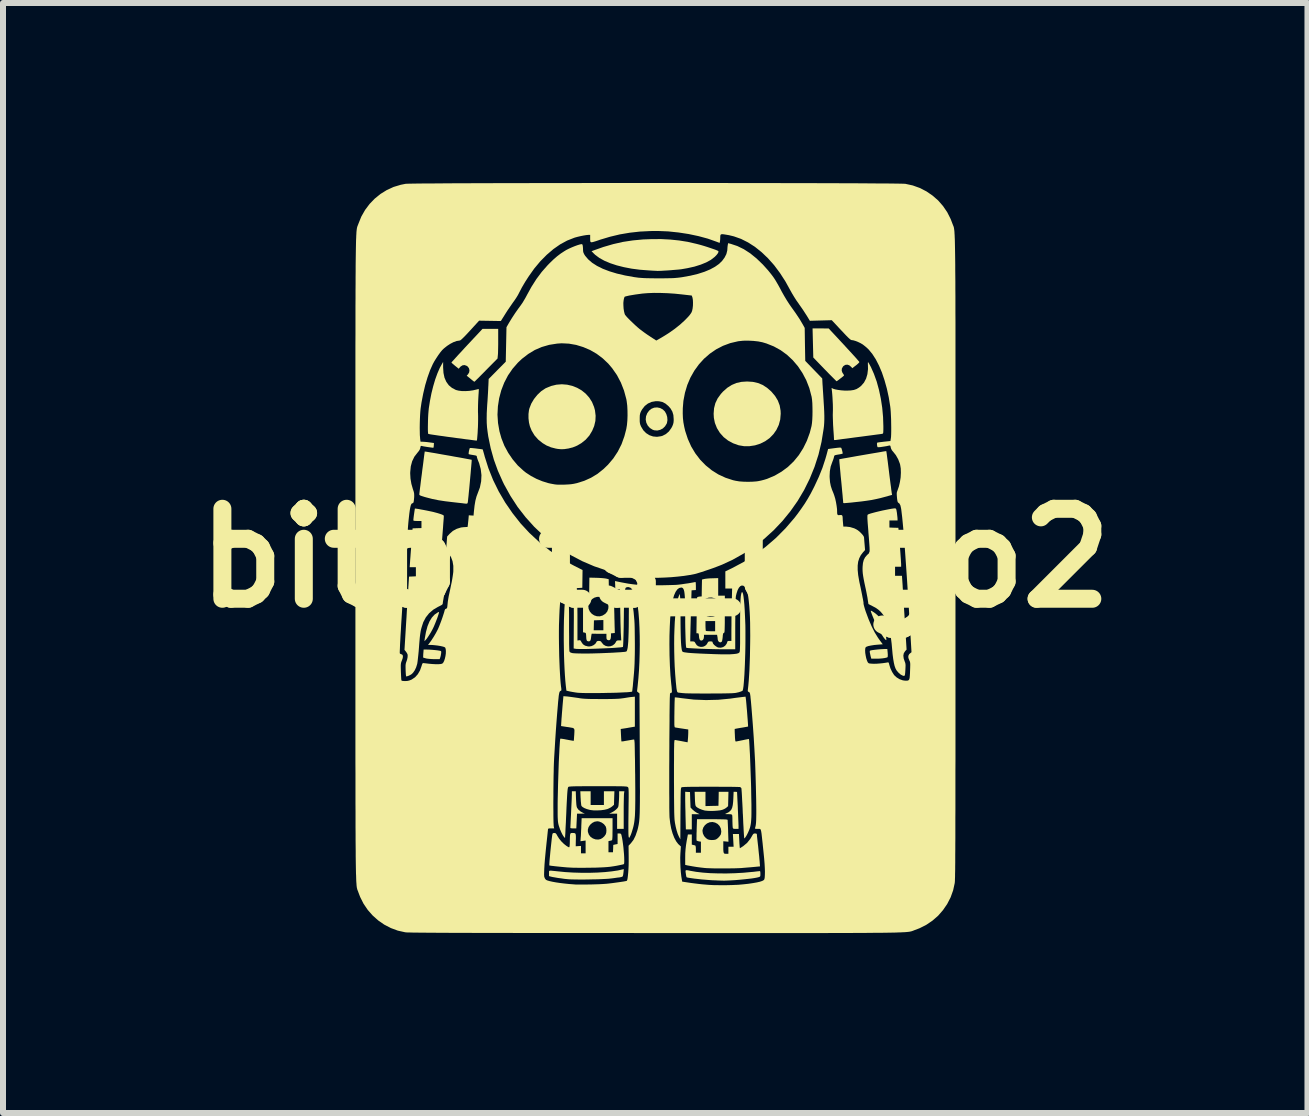
<source format=kicad_pcb>
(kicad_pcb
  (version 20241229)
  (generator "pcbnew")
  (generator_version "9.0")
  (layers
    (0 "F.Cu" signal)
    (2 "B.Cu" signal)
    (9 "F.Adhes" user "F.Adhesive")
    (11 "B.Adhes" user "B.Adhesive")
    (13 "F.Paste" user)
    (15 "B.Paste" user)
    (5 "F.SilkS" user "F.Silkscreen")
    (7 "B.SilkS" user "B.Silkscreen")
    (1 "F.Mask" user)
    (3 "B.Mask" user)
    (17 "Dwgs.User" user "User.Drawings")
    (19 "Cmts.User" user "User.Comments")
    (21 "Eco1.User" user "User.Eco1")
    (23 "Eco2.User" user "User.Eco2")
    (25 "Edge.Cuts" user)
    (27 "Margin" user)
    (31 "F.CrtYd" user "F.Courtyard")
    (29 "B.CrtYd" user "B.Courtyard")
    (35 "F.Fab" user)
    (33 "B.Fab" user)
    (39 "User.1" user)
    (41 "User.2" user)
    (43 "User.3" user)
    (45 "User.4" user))
  (footprint "bitbots_logo2"
    (layer "F.Cu")
    (at 7.871 6.252)
    (property "Reference" "bitbots_logo2" (at 0 0 0) (layer "F.SilkS") (effects (font (size 1.5 1.5) (thickness 0.3))))
    (attr board_only exclude_from_pos_files exclude_from_bom)
    (fp_poly (pts (xy 0.54 3.898) (xy 0.58 3.9) (xy 0.584 4.029) (xy 0.589 4.158) (xy 0.622 4.192) (xy 0.651 4.217) (xy 0.684 4.24) (xy 0.698 4.248) (xy 0.74 4.269) (xy 0.675 4.269) (xy 0.61 4.269) (xy 0.61 4.396) (xy 0.61 4.523) (xy 0.56 4.523) (xy 0.511 4.523) (xy 0.505 4.288) (xy 0.504 4.221) (xy 0.502 4.156) (xy 0.501 4.095) (xy 0.5 4.042) (xy 0.5 4) (xy 0.5 3.974) (xy 0.5 3.895)) (stroke (width 0) (type solid)) (fill yes) (layer "F.SilkS"))
    (fp_poly (pts (xy 0.082 -2.501) (xy 0.127 -2.477) (xy 0.161 -2.444) (xy 0.185 -2.401) (xy 0.2 -2.352) (xy 0.204 -2.3) (xy 0.196 -2.252) (xy 0.192 -2.242) (xy 0.164 -2.196) (xy 0.127 -2.16) (xy 0.082 -2.137) (xy 0.034 -2.126) (xy -0.016 -2.13) (xy -0.042 -2.139) (xy -0.088 -2.168) (xy -0.124 -2.208) (xy -0.148 -2.256) (xy -0.158 -2.309) (xy -0.153 -2.363) (xy -0.132 -2.416) (xy -0.101 -2.458) (xy -0.062 -2.489) (xy -0.017 -2.507) (xy 0.032 -2.511)) (stroke (width 0) (type solid)) (fill yes) (layer "F.SilkS"))
    (fp_poly (pts (xy -3.604 0.91) (xy -3.61 0.932) (xy -3.62 0.963) (xy -3.633 1.001) (xy -3.649 1.042) (xy -3.665 1.083) (xy -3.681 1.121) (xy -3.692 1.147) (xy -3.712 1.188) (xy -3.736 1.232) (xy -3.762 1.275) (xy -3.788 1.315) (xy -3.81 1.347) (xy -3.828 1.367) (xy -3.829 1.369) (xy -3.847 1.385) (xy -3.841 1.342) (xy -3.821 1.232) (xy -3.795 1.136) (xy -3.762 1.056) (xy -3.722 0.991) (xy -3.676 0.941) (xy -3.626 0.907) (xy -3.61 0.9) (xy -3.603 0.9)) (stroke (width 0) (type solid)) (fill yes) (layer "F.SilkS"))
    (fp_poly (pts (xy 3.875 1.58) (xy 3.877 1.612) (xy 3.876 1.637) (xy 3.874 1.651) (xy 3.873 1.652) (xy 3.857 1.659) (xy 3.827 1.666) (xy 3.786 1.672) (xy 3.739 1.676) (xy 3.689 1.677) (xy 3.602 1.677) (xy 3.593 1.645) (xy 3.586 1.615) (xy 3.579 1.582) (xy 3.578 1.578) (xy 3.576 1.556) (xy 3.579 1.545) (xy 3.59 1.54) (xy 3.597 1.538) (xy 3.627 1.533) (xy 3.669 1.528) (xy 3.715 1.523) (xy 3.762 1.519) (xy 3.801 1.517) (xy 3.821 1.516) (xy 3.869 1.516)) (stroke (width 0) (type solid)) (fill yes) (layer "F.SilkS"))
    (fp_poly (pts (xy -3.767 1.526) (xy -3.723 1.529) (xy -3.675 1.533) (xy -3.63 1.538) (xy -3.595 1.544) (xy -3.584 1.546) (xy -3.572 1.55) (xy -3.567 1.559) (xy -3.567 1.576) (xy -3.569 1.592) (xy -3.574 1.623) (xy -3.581 1.651) (xy -3.584 1.659) (xy -3.593 1.685) (xy -3.683 1.685) (xy -3.726 1.683) (xy -3.768 1.68) (xy -3.803 1.676) (xy -3.818 1.673) (xy -3.843 1.666) (xy -3.861 1.661) (xy -3.867 1.658) (xy -3.868 1.649) (xy -3.867 1.626) (xy -3.866 1.596) (xy -3.865 1.589) (xy -3.86 1.525) (xy -3.803 1.525)) (stroke (width 0) (type solid)) (fill yes) (layer "F.SilkS"))
    (fp_poly (pts (xy -0.52 3.927) (xy -0.521 3.945) (xy -0.522 3.977) (xy -0.523 4.022) (xy -0.524 4.077) (xy -0.525 4.139) (xy -0.525 4.205) (xy -0.525 4.24) (xy -0.525 4.514) (xy -0.58 4.514) (xy -0.635 4.514) (xy -0.635 4.387) (xy -0.635 4.26) (xy -0.7 4.26) (xy -0.766 4.26) (xy -0.72 4.238) (xy -0.688 4.219) (xy -0.657 4.195) (xy -0.644 4.183) (xy -0.629 4.167) (xy -0.619 4.152) (xy -0.613 4.135) (xy -0.61 4.111) (xy -0.607 4.074) (xy -0.607 4.073) (xy -0.604 4.03) (xy -0.602 3.986) (xy -0.601 3.948) (xy -0.601 3.941) (xy -0.601 3.887) (xy -0.558 3.887) (xy -0.514 3.887)) (stroke (width 0) (type solid)) (fill yes) (layer "F.SilkS"))
    (fp_poly (pts (xy -1.076 4.002) (xy -1.076 4.116) (xy -0.966 4.116) (xy -0.855 4.116) (xy -0.855 4.002) (xy -0.855 3.887) (xy -0.768 3.887) (xy -0.68 3.887) (xy -0.684 4) (xy -0.687 4.112) (xy -0.717 4.139) (xy -0.742 4.157) (xy -0.775 4.174) (xy -0.799 4.184) (xy -0.845 4.195) (xy -0.902 4.203) (xy -0.963 4.206) (xy -1.023 4.206) (xy -1.076 4.2) (xy -1.091 4.197) (xy -1.138 4.184) (xy -1.179 4.168) (xy -1.21 4.15) (xy -1.228 4.133) (xy -1.229 4.131) (xy -1.233 4.117) (xy -1.236 4.089) (xy -1.24 4.052) (xy -1.242 4.009) (xy -1.243 4.001) (xy -1.248 3.887) (xy -1.162 3.887) (xy -1.076 3.887)) (stroke (width 0) (type solid)) (fill yes) (layer "F.SilkS"))
    (fp_poly (pts (xy 0.838 4.015) (xy 0.838 4.134) (xy 0.946 4.131) (xy 1.054 4.129) (xy 1.057 4.012) (xy 1.059 3.896) (xy 1.14 3.896) (xy 1.221 3.896) (xy 1.218 4.015) (xy 1.215 4.135) (xy 1.188 4.159) (xy 1.164 4.176) (xy 1.132 4.191) (xy 1.116 4.197) (xy 1.081 4.205) (xy 1.034 4.21) (xy 0.981 4.214) (xy 0.926 4.215) (xy 0.875 4.213) (xy 0.834 4.209) (xy 0.822 4.207) (xy 0.778 4.194) (xy 0.736 4.177) (xy 0.702 4.158) (xy 0.681 4.141) (xy 0.675 4.131) (xy 0.67 4.117) (xy 0.667 4.094) (xy 0.664 4.06) (xy 0.662 4.013) (xy 0.662 4.01) (xy 0.658 3.896) (xy 0.748 3.896) (xy 0.838 3.896)) (stroke (width 0) (type solid)) (fill yes) (layer "F.SilkS"))
    (fp_poly (pts (xy -1.32 4.012) (xy -1.317 4.068) (xy -1.314 4.109) (xy -1.31 4.138) (xy -1.304 4.158) (xy -1.301 4.164) (xy -1.278 4.196) (xy -1.242 4.225) (xy -1.202 4.247) (xy -1.173 4.259) (xy -1.238 4.26) (xy -1.303 4.26) (xy -1.309 4.383) (xy -1.315 4.506) (xy -1.365 4.506) (xy -1.391 4.505) (xy -1.409 4.502) (xy -1.414 4.499) (xy -1.414 4.49) (xy -1.413 4.465) (xy -1.411 4.428) (xy -1.409 4.38) (xy -1.406 4.324) (xy -1.403 4.262) (xy -1.402 4.239) (xy -1.399 4.172) (xy -1.396 4.109) (xy -1.393 4.051) (xy -1.391 4.002) (xy -1.39 3.964) (xy -1.389 3.94) (xy -1.389 3.936) (xy -1.389 3.887) (xy -1.356 3.887) (xy -1.324 3.887)) (stroke (width 0) (type solid)) (fill yes) (layer "F.SilkS"))
    (fp_poly (pts (xy 3.618 0.887) (xy 3.641 0.902) (xy 3.667 0.92) (xy 3.692 0.941) (xy 3.714 0.961) (xy 3.724 0.972) (xy 3.756 1.02) (xy 3.786 1.079) (xy 3.811 1.142) (xy 3.819 1.17) (xy 3.828 1.206) (xy 3.836 1.245) (xy 3.843 1.284) (xy 3.849 1.32) (xy 3.852 1.348) (xy 3.853 1.365) (xy 3.852 1.368) (xy 3.844 1.365) (xy 3.831 1.353) (xy 3.831 1.353) (xy 3.811 1.329) (xy 3.787 1.293) (xy 3.76 1.25) (xy 3.733 1.203) (xy 3.708 1.156) (xy 3.701 1.143) (xy 3.684 1.107) (xy 3.665 1.066) (xy 3.646 1.022) (xy 3.628 0.979) (xy 3.613 0.941) (xy 3.601 0.909) (xy 3.594 0.887) (xy 3.593 0.879) (xy 3.601 0.878)) (stroke (width 0) (type solid)) (fill yes) (layer "F.SilkS"))
    (fp_poly (pts (xy 1.627 -2.937) (xy 1.712 -2.918) (xy 1.79 -2.886) (xy 1.863 -2.839) (xy 1.935 -2.776) (xy 1.936 -2.775) (xy 1.998 -2.702) (xy 2.044 -2.626) (xy 2.075 -2.544) (xy 2.09 -2.456) (xy 2.092 -2.406) (xy 2.084 -2.31) (xy 2.06 -2.22) (xy 2.02 -2.136) (xy 1.971 -2.066) (xy 1.908 -2.001) (xy 1.834 -1.948) (xy 1.752 -1.907) (xy 1.664 -1.879) (xy 1.572 -1.865) (xy 1.48 -1.865) (xy 1.392 -1.88) (xy 1.299 -1.913) (xy 1.214 -1.959) (xy 1.14 -2.017) (xy 1.078 -2.087) (xy 1.028 -2.168) (xy 1.026 -2.174) (xy 0.995 -2.252) (xy 0.978 -2.335) (xy 0.974 -2.406) (xy 0.981 -2.498) (xy 1.003 -2.583) (xy 1.041 -2.662) (xy 1.095 -2.736) (xy 1.13 -2.775) (xy 1.201 -2.838) (xy 1.275 -2.885) (xy 1.352 -2.918) (xy 1.437 -2.937) (xy 1.531 -2.943) (xy 1.533 -2.943)) (stroke (width 0) (type solid)) (fill yes) (layer "F.SilkS"))
    (fp_poly (pts (xy -1.468 -2.89) (xy -1.382 -2.87) (xy -1.301 -2.838) (xy -1.226 -2.795) (xy -1.158 -2.74) (xy -1.1 -2.675) (xy -1.053 -2.601) (xy -1.019 -2.518) (xy -1.004 -2.463) (xy -0.993 -2.372) (xy -0.997 -2.286) (xy -1.017 -2.201) (xy -1.05 -2.122) (xy -1.098 -2.042) (xy -1.159 -1.973) (xy -1.232 -1.915) (xy -1.302 -1.874) (xy -1.373 -1.845) (xy -1.452 -1.825) (xy -1.457 -1.825) (xy -1.515 -1.816) (xy -1.567 -1.814) (xy -1.621 -1.819) (xy -1.656 -1.825) (xy -1.738 -1.846) (xy -1.812 -1.877) (xy -1.875 -1.915) (xy -1.95 -1.975) (xy -2.012 -2.045) (xy -2.06 -2.125) (xy -2.089 -2.197) (xy -2.104 -2.26) (xy -2.112 -2.33) (xy -2.112 -2.401) (xy -2.104 -2.466) (xy -2.097 -2.494) (xy -2.066 -2.574) (xy -2.021 -2.65) (xy -1.965 -2.72) (xy -1.902 -2.78) (xy -1.832 -2.827) (xy -1.823 -2.832) (xy -1.736 -2.868) (xy -1.646 -2.89) (xy -1.556 -2.897)) (stroke (width 0) (type solid)) (fill yes) (layer "F.SilkS"))
    (fp_poly (pts (xy 2.758 -3.828) (xy 2.892 -3.827) (xy 3.146 -3.554) (xy 3.199 -3.496) (xy 3.249 -3.442) (xy 3.293 -3.394) (xy 3.332 -3.351) (xy 3.363 -3.316) (xy 3.386 -3.289) (xy 3.4 -3.273) (xy 3.403 -3.268) (xy 3.398 -3.258) (xy 3.381 -3.241) (xy 3.357 -3.22) (xy 3.345 -3.211) (xy 3.285 -3.165) (xy 3.266 -3.187) (xy 3.235 -3.213) (xy 3.202 -3.224) (xy 3.168 -3.22) (xy 3.137 -3.2) (xy 3.13 -3.192) (xy 3.111 -3.158) (xy 3.109 -3.122) (xy 3.122 -3.087) (xy 3.131 -3.075) (xy 3.143 -3.056) (xy 3.147 -3.043) (xy 3.145 -3.041) (xy 3.131 -3.028) (xy 3.109 -3.01) (xy 3.084 -2.991) (xy 3.06 -2.972) (xy 3.039 -2.957) (xy 3.026 -2.948) (xy 3.024 -2.947) (xy 3.016 -2.953) (xy 2.999 -2.97) (xy 2.973 -2.996) (xy 2.939 -3.03) (xy 2.899 -3.07) (xy 2.855 -3.116) (xy 2.826 -3.145) (xy 2.635 -3.343) (xy 2.629 -3.586) (xy 2.623 -3.828)) (stroke (width 0) (type solid)) (fill yes) (layer "F.SilkS"))
    (fp_poly (pts (xy -2.617 -3.626) (xy -2.617 -3.567) (xy -2.618 -3.51) (xy -2.619 -3.459) (xy -2.62 -3.417) (xy -2.622 -3.387) (xy -2.623 -3.379) (xy -2.628 -3.326) (xy -2.819 -3.133) (xy -2.865 -3.086) (xy -2.908 -3.043) (xy -2.945 -3.005) (xy -2.976 -2.975) (xy -2.998 -2.953) (xy -3.011 -2.941) (xy -3.014 -2.939) (xy -3.023 -2.944) (xy -3.041 -2.958) (xy -3.066 -2.978) (xy -3.08 -2.99) (xy -3.142 -3.04) (xy -3.121 -3.062) (xy -3.101 -3.095) (xy -3.096 -3.131) (xy -3.105 -3.165) (xy -3.127 -3.194) (xy -3.142 -3.204) (xy -3.177 -3.217) (xy -3.211 -3.213) (xy -3.243 -3.193) (xy -3.257 -3.178) (xy -3.275 -3.156) (xy -3.336 -3.205) (xy -3.362 -3.227) (xy -3.383 -3.245) (xy -3.395 -3.257) (xy -3.396 -3.259) (xy -3.391 -3.267) (xy -3.375 -3.285) (xy -3.349 -3.313) (xy -3.316 -3.35) (xy -3.276 -3.394) (xy -3.229 -3.444) (xy -3.179 -3.499) (xy -3.138 -3.543) (xy -2.879 -3.82) (xy -2.748 -3.82) (xy -2.617 -3.82)) (stroke (width 0) (type solid)) (fill yes) (layer "F.SilkS"))
    (fp_poly (pts (xy -0.529 5.241) (xy -0.533 5.272) (xy -0.538 5.295) (xy -0.543 5.307) (xy -0.555 5.313) (xy -0.578 5.319) (xy -0.599 5.323) (xy -0.629 5.326) (xy -0.669 5.332) (xy -0.713 5.338) (xy -0.741 5.341) (xy -0.778 5.345) (xy -0.828 5.348) (xy -0.89 5.351) (xy -0.96 5.354) (xy -1.036 5.355) (xy -1.114 5.357) (xy -1.191 5.358) (xy -1.265 5.358) (xy -1.333 5.357) (xy -1.392 5.356) (xy -1.439 5.354) (xy -1.461 5.352) (xy -1.512 5.347) (xy -1.566 5.339) (xy -1.621 5.332) (xy -1.671 5.323) (xy -1.712 5.316) (xy -1.738 5.31) (xy -1.77 5.301) (xy -1.77 5.255) (xy -1.77 5.237) (xy -1.77 5.224) (xy -1.766 5.215) (xy -1.756 5.211) (xy -1.738 5.21) (xy -1.71 5.213) (xy -1.668 5.217) (xy -1.63 5.221) (xy -1.499 5.234) (xy -1.364 5.242) (xy -1.227 5.246) (xy -1.092 5.246) (xy -0.962 5.242) (xy -0.838 5.234) (xy -0.724 5.222) (xy -0.622 5.207) (xy -0.573 5.196) (xy -0.523 5.185)) (stroke (width 0) (type solid)) (fill yes) (layer "F.SilkS"))
    (fp_poly (pts (xy 1.354 3.897) (xy 1.364 3.898) (xy 1.364 3.898) (xy 1.365 3.91) (xy 1.366 3.936) (xy 1.368 3.975) (xy 1.37 4.022) (xy 1.373 4.077) (xy 1.376 4.135) (xy 1.378 4.196) (xy 1.381 4.256) (xy 1.383 4.312) (xy 1.385 4.363) (xy 1.387 4.406) (xy 1.388 4.438) (xy 1.389 4.456) (xy 1.389 4.457) (xy 1.389 4.514) (xy 1.343 4.514) (xy 1.316 4.513) (xy 1.302 4.51) (xy 1.295 4.501) (xy 1.293 4.495) (xy 1.291 4.479) (xy 1.289 4.45) (xy 1.288 4.414) (xy 1.287 4.386) (xy 1.287 4.347) (xy 1.286 4.314) (xy 1.284 4.291) (xy 1.282 4.282) (xy 1.275 4.275) (xy 1.26 4.27) (xy 1.232 4.269) (xy 1.217 4.268) (xy 1.186 4.268) (xy 1.17 4.267) (xy 1.167 4.265) (xy 1.175 4.26) (xy 1.184 4.256) (xy 1.221 4.238) (xy 1.248 4.217) (xy 1.269 4.192) (xy 1.283 4.16) (xy 1.293 4.117) (xy 1.299 4.063) (xy 1.302 4.015) (xy 1.307 3.896) (xy 1.335 3.896)) (stroke (width 0) (type solid)) (fill yes) (layer "F.SilkS"))
    (fp_poly (pts (xy 0.554 5.206) (xy 0.586 5.213) (xy 0.684 5.23) (xy 0.795 5.243) (xy 0.918 5.252) (xy 1.049 5.256) (xy 1.187 5.257) (xy 1.327 5.253) (xy 1.469 5.245) (xy 1.609 5.232) (xy 1.634 5.23) (xy 1.675 5.225) (xy 1.709 5.221) (xy 1.734 5.219) (xy 1.746 5.217) (xy 1.747 5.217) (xy 1.75 5.225) (xy 1.753 5.245) (xy 1.753 5.263) (xy 1.753 5.29) (xy 1.749 5.305) (xy 1.74 5.313) (xy 1.727 5.318) (xy 1.699 5.325) (xy 1.657 5.333) (xy 1.604 5.341) (xy 1.542 5.348) (xy 1.475 5.355) (xy 1.404 5.362) (xy 1.334 5.368) (xy 1.266 5.372) (xy 1.204 5.375) (xy 1.15 5.377) (xy 1.108 5.376) (xy 1.105 5.376) (xy 1.08 5.375) (xy 1.045 5.374) (xy 1.007 5.372) (xy 1.004 5.372) (xy 0.951 5.37) (xy 0.893 5.366) (xy 0.832 5.361) (xy 0.77 5.356) (xy 0.71 5.349) (xy 0.654 5.343) (xy 0.605 5.336) (xy 0.565 5.33) (xy 0.537 5.325) (xy 0.523 5.32) (xy 0.523 5.319) (xy 0.519 5.309) (xy 0.514 5.286) (xy 0.51 5.257) (xy 0.506 5.229) (xy 0.506 5.212) (xy 0.512 5.203) (xy 0.527 5.202)) (stroke (width 0) (type solid)) (fill yes) (layer "F.SilkS"))
    (fp_poly (pts (xy 0.251 -5.309) (xy 0.397 -5.294) (xy 0.541 -5.271) (xy 0.685 -5.238) (xy 0.716 -5.23) (xy 0.761 -5.218) (xy 0.812 -5.203) (xy 0.863 -5.187) (xy 0.914 -5.17) (xy 0.961 -5.154) (xy 1.001 -5.14) (xy 1.031 -5.128) (xy 1.049 -5.119) (xy 1.052 -5.117) (xy 1.055 -5.103) (xy 1.045 -5.081) (xy 1.024 -5.053) (xy 0.993 -5.021) (xy 0.988 -5.017) (xy 0.927 -4.97) (xy 0.85 -4.928) (xy 0.759 -4.891) (xy 0.654 -4.858) (xy 0.537 -4.832) (xy 0.44 -4.815) (xy 0.408 -4.811) (xy 0.365 -4.807) (xy 0.314 -4.803) (xy 0.258 -4.798) (xy 0.202 -4.794) (xy 0.148 -4.791) (xy 0.1 -4.788) (xy 0.061 -4.787) (xy 0.035 -4.786) (xy 0.03 -4.787) (xy 0.015 -4.788) (xy -0.012 -4.789) (xy -0.05 -4.791) (xy -0.094 -4.794) (xy -0.11 -4.795) (xy -0.255 -4.806) (xy -0.393 -4.824) (xy -0.522 -4.849) (xy -0.641 -4.879) (xy -0.75 -4.915) (xy -0.847 -4.956) (xy -0.93 -5.002) (xy -0.999 -5.053) (xy -1.028 -5.081) (xy -1.061 -5.115) (xy -1.037 -5.124) (xy -0.865 -5.185) (xy -0.7 -5.233) (xy -0.537 -5.27) (xy -0.372 -5.295) (xy -0.2 -5.311) (xy -0.066 -5.316) (xy 0.098 -5.317)) (stroke (width 0) (type solid)) (fill yes) (layer "F.SilkS"))
    (fp_poly (pts (xy 3.853 -1.774) (xy 3.857 -1.751) (xy 3.862 -1.714) (xy 3.868 -1.666) (xy 3.876 -1.608) (xy 3.884 -1.542) (xy 3.893 -1.471) (xy 3.896 -1.447) (xy 3.905 -1.373) (xy 3.914 -1.303) (xy 3.922 -1.239) (xy 3.93 -1.183) (xy 3.935 -1.137) (xy 3.94 -1.104) (xy 3.942 -1.085) (xy 3.943 -1.083) (xy 3.948 -1.053) (xy 3.822 -1.018) (xy 3.751 -0.999) (xy 3.68 -0.983) (xy 3.607 -0.968) (xy 3.528 -0.956) (xy 3.439 -0.944) (xy 3.337 -0.933) (xy 3.328 -0.932) (xy 3.266 -0.925) (xy 3.219 -0.921) (xy 3.184 -0.918) (xy 3.161 -0.916) (xy 3.146 -0.916) (xy 3.138 -0.917) (xy 3.134 -0.919) (xy 3.134 -0.923) (xy 3.134 -0.924) (xy 3.133 -0.934) (xy 3.131 -0.959) (xy 3.127 -0.998) (xy 3.123 -1.048) (xy 3.117 -1.107) (xy 3.111 -1.175) (xy 3.104 -1.249) (xy 3.1 -1.289) (xy 3.092 -1.365) (xy 3.086 -1.435) (xy 3.08 -1.499) (xy 3.075 -1.553) (xy 3.071 -1.596) (xy 3.069 -1.627) (xy 3.068 -1.644) (xy 3.068 -1.647) (xy 3.077 -1.649) (xy 3.1 -1.653) (xy 3.136 -1.66) (xy 3.183 -1.668) (xy 3.239 -1.678) (xy 3.301 -1.689) (xy 3.367 -1.701) (xy 3.437 -1.713) (xy 3.507 -1.725) (xy 3.576 -1.737) (xy 3.641 -1.748) (xy 3.701 -1.758) (xy 3.754 -1.767) (xy 3.797 -1.775) (xy 3.829 -1.78) (xy 3.848 -1.783) (xy 3.852 -1.783)) (stroke (width 0) (type solid)) (fill yes) (layer "F.SilkS"))
    (fp_poly (pts (xy -3.833 -1.775) (xy -3.81 -1.772) (xy -3.774 -1.766) (xy -3.728 -1.758) (xy -3.672 -1.749) (xy -3.611 -1.738) (xy -3.544 -1.726) (xy -3.475 -1.714) (xy -3.405 -1.702) (xy -3.336 -1.689) (xy -3.271 -1.678) (xy -3.211 -1.667) (xy -3.158 -1.657) (xy -3.114 -1.649) (xy -3.082 -1.643) (xy -3.063 -1.639) (xy -3.058 -1.638) (xy -3.059 -1.629) (xy -3.06 -1.606) (xy -3.063 -1.57) (xy -3.067 -1.524) (xy -3.072 -1.469) (xy -3.077 -1.408) (xy -3.083 -1.344) (xy -3.089 -1.277) (xy -3.095 -1.211) (xy -3.101 -1.147) (xy -3.107 -1.088) (xy -3.112 -1.035) (xy -3.117 -0.991) (xy -3.12 -0.959) (xy -3.122 -0.942) (xy -3.126 -0.92) (xy -3.133 -0.909) (xy -3.146 -0.907) (xy -3.154 -0.907) (xy -3.177 -0.909) (xy -3.193 -0.911) (xy -3.205 -0.913) (xy -3.231 -0.916) (xy -3.269 -0.92) (xy -3.314 -0.925) (xy -3.366 -0.931) (xy -3.375 -0.932) (xy -3.5 -0.947) (xy -3.612 -0.964) (xy -3.715 -0.985) (xy -3.812 -1.01) (xy -3.841 -1.018) (xy -3.882 -1.031) (xy -3.909 -1.04) (xy -3.924 -1.048) (xy -3.931 -1.056) (xy -3.932 -1.063) (xy -3.93 -1.082) (xy -3.926 -1.115) (xy -3.921 -1.158) (xy -3.914 -1.211) (xy -3.907 -1.27) (xy -3.899 -1.334) (xy -3.89 -1.401) (xy -3.882 -1.468) (xy -3.873 -1.534) (xy -3.865 -1.596) (xy -3.858 -1.652) (xy -3.852 -1.7) (xy -3.847 -1.738) (xy -3.843 -1.764) (xy -3.842 -1.776) (xy -3.842 -1.776)) (stroke (width 0) (type solid)) (fill yes) (layer "F.SilkS"))
    (fp_poly (pts (xy -3.535 -3.178) (xy -3.529 -3.086) (xy -3.512 -3.006) (xy -3.482 -2.938) (xy -3.441 -2.881) (xy -3.387 -2.836) (xy -3.322 -2.802) (xy -3.279 -2.791) (xy -3.224 -2.784) (xy -3.162 -2.783) (xy -3.098 -2.787) (xy -3.036 -2.796) (xy -3.011 -2.802) (xy -2.98 -2.809) (xy -2.955 -2.815) (xy -2.942 -2.817) (xy -2.941 -2.816) (xy -2.94 -2.807) (xy -2.941 -2.784) (xy -2.943 -2.75) (xy -2.946 -2.708) (xy -2.948 -2.671) (xy -2.951 -2.612) (xy -2.953 -2.547) (xy -2.954 -2.484) (xy -2.954 -2.429) (xy -2.953 -2.414) (xy -2.952 -2.365) (xy -2.952 -2.304) (xy -2.953 -2.24) (xy -2.955 -2.177) (xy -2.957 -2.147) (xy -2.96 -2.084) (xy -2.964 -2.037) (xy -2.967 -2.002) (xy -2.969 -1.979) (xy -2.972 -1.965) (xy -2.976 -1.958) (xy -2.979 -1.957) (xy -2.989 -1.959) (xy -3.013 -1.962) (xy -3.051 -1.967) (xy -3.101 -1.974) (xy -3.161 -1.981) (xy -3.229 -1.991) (xy -3.304 -2) (xy -3.381 -2.011) (xy -3.461 -2.021) (xy -3.536 -2.032) (xy -3.604 -2.041) (xy -3.664 -2.05) (xy -3.713 -2.057) (xy -3.751 -2.063) (xy -3.775 -2.068) (xy -3.783 -2.07) (xy -3.786 -2.081) (xy -3.788 -2.107) (xy -3.789 -2.144) (xy -3.789 -2.19) (xy -3.788 -2.242) (xy -3.787 -2.296) (xy -3.785 -2.351) (xy -3.782 -2.404) (xy -3.778 -2.452) (xy -3.774 -2.492) (xy -3.774 -2.494) (xy -3.754 -2.621) (xy -3.73 -2.745) (xy -3.7 -2.865) (xy -3.667 -2.977) (xy -3.63 -3.079) (xy -3.591 -3.169) (xy -3.558 -3.229) (xy -3.535 -3.27)) (stroke (width 0) (type solid)) (fill yes) (layer "F.SilkS"))
    (fp_poly (pts (xy 3.554 -3.259) (xy 3.566 -3.239) (xy 3.584 -3.205) (xy 3.595 -3.185) (xy 3.646 -3.07) (xy 3.692 -2.942) (xy 3.73 -2.803) (xy 3.761 -2.656) (xy 3.784 -2.505) (xy 3.798 -2.351) (xy 3.803 -2.197) (xy 3.803 -2.196) (xy 3.803 -2.149) (xy 3.802 -2.115) (xy 3.801 -2.094) (xy 3.798 -2.081) (xy 3.794 -2.075) (xy 3.787 -2.072) (xy 3.784 -2.071) (xy 3.772 -2.069) (xy 3.744 -2.065) (xy 3.704 -2.06) (xy 3.652 -2.053) (xy 3.591 -2.045) (xy 3.522 -2.036) (xy 3.448 -2.026) (xy 3.401 -2.02) (xy 3.323 -2.01) (xy 3.25 -2) (xy 3.183 -1.991) (xy 3.124 -1.984) (xy 3.075 -1.977) (xy 3.038 -1.972) (xy 3.015 -1.969) (xy 3.009 -1.968) (xy 2.99 -1.967) (xy 2.981 -1.97) (xy 2.981 -1.97) (xy 2.98 -1.981) (xy 2.979 -2.005) (xy 2.977 -2.042) (xy 2.974 -2.087) (xy 2.97 -2.139) (xy 2.969 -2.16) (xy 2.965 -2.22) (xy 2.963 -2.281) (xy 2.961 -2.338) (xy 2.96 -2.387) (xy 2.961 -2.423) (xy 2.961 -2.427) (xy 2.962 -2.462) (xy 2.962 -2.508) (xy 2.961 -2.562) (xy 2.958 -2.619) (xy 2.955 -2.677) (xy 2.951 -2.73) (xy 2.947 -2.775) (xy 2.943 -2.808) (xy 2.942 -2.816) (xy 2.94 -2.832) (xy 2.943 -2.835) (xy 2.948 -2.832) (xy 2.97 -2.821) (xy 3.004 -2.811) (xy 3.048 -2.803) (xy 3.099 -2.796) (xy 3.151 -2.792) (xy 3.193 -2.791) (xy 3.258 -2.794) (xy 3.311 -2.802) (xy 3.355 -2.817) (xy 3.395 -2.841) (xy 3.433 -2.871) (xy 3.48 -2.925) (xy 3.515 -2.991) (xy 3.537 -3.066) (xy 3.547 -3.15) (xy 3.546 -3.205) (xy 3.545 -3.238) (xy 3.545 -3.258) (xy 3.548 -3.265)) (stroke (width 0) (type solid)) (fill yes) (layer "F.SilkS"))
    (fp_poly (pts (xy -0.975 0.329) (xy -0.928 0.331) (xy -0.883 0.334) (xy -0.845 0.338) (xy -0.818 0.342) (xy -0.814 0.343) (xy -0.775 0.353) (xy -0.773 0.49) (xy -0.771 0.546) (xy -0.769 0.587) (xy -0.766 0.614) (xy -0.763 0.628) (xy -0.76 0.631) (xy -0.745 0.634) (xy -0.722 0.638) (xy -0.719 0.639) (xy -0.688 0.644) (xy -0.683 0.87) (xy -0.681 0.936) (xy -0.68 1) (xy -0.678 1.059) (xy -0.677 1.111) (xy -0.676 1.151) (xy -0.675 1.173) (xy -0.673 1.249) (xy -0.705 1.252) (xy -0.737 1.255) (xy -0.737 1.3) (xy -0.741 1.338) (xy -0.752 1.362) (xy -0.77 1.371) (xy -0.795 1.364) (xy -0.797 1.363) (xy -0.807 1.354) (xy -0.812 1.338) (xy -0.813 1.31) (xy -0.813 1.308) (xy -0.813 1.262) (xy -0.932 1.262) (xy -0.975 1.262) (xy -1.012 1.261) (xy -1.04 1.261) (xy -1.055 1.26) (xy -1.057 1.26) (xy -1.06 1.266) (xy -1.064 1.286) (xy -1.068 1.314) (xy -1.068 1.316) (xy -1.073 1.352) (xy -1.081 1.375) (xy -1.094 1.386) (xy -1.11 1.389) (xy -1.128 1.384) (xy -1.135 1.381) (xy -1.143 1.368) (xy -1.148 1.342) (xy -1.15 1.31) (xy -1.152 1.278) (xy -1.155 1.258) (xy -1.16 1.248) (xy -1.17 1.244) (xy -1.178 1.242) (xy -1.203 1.237) (xy -1.203 1.203) (xy -1.025 1.203) (xy -0.945 1.203) (xy -0.864 1.203) (xy -0.864 1.118) (xy -0.864 1.033) (xy -0.942 1.035) (xy -1.021 1.038) (xy -1.023 1.12) (xy -1.025 1.203) (xy -1.203 1.203) (xy -1.203 0.928) (xy -1.203 0.8) (xy -1.115 0.8) (xy -1.11 0.846) (xy -1.089 0.892) (xy -1.057 0.929) (xy -1.017 0.955) (xy -0.971 0.97) (xy -0.922 0.971) (xy -0.877 0.958) (xy -0.831 0.929) (xy -0.799 0.891) (xy -0.782 0.844) (xy -0.779 0.809) (xy -0.787 0.757) (xy -0.809 0.713) (xy -0.845 0.678) (xy -0.877 0.66) (xy -0.923 0.646) (xy -0.97 0.647) (xy -1.014 0.66) (xy -1.052 0.684) (xy -1.084 0.717) (xy -1.105 0.756) (xy -1.115 0.8) (xy -1.203 0.8) (xy -1.203 0.618) (xy -1.152 0.618) (xy -1.101 0.618) (xy -1.099 0.472) (xy -1.097 0.326)) (stroke (width 0) (type solid)) (fill yes) (layer "F.SilkS"))
    (fp_poly (pts (xy 1.05 0.481) (xy 1.05 0.627) (xy 1.105 0.627) (xy 1.161 0.627) (xy 1.16 0.935) (xy 1.16 1.015) (xy 1.16 1.081) (xy 1.159 1.132) (xy 1.158 1.172) (xy 1.157 1.201) (xy 1.156 1.221) (xy 1.154 1.234) (xy 1.151 1.242) (xy 1.148 1.246) (xy 1.144 1.247) (xy 1.136 1.252) (xy 1.131 1.264) (xy 1.127 1.287) (xy 1.125 1.316) (xy 1.121 1.348) (xy 1.116 1.376) (xy 1.111 1.392) (xy 1.11 1.393) (xy 1.091 1.405) (xy 1.069 1.401) (xy 1.056 1.39) (xy 1.045 1.37) (xy 1.042 1.353) (xy 1.04 1.329) (xy 1.036 1.305) (xy 1.031 1.279) (xy 0.922 1.279) (xy 0.813 1.279) (xy 0.813 1.311) (xy 0.808 1.342) (xy 0.795 1.364) (xy 0.777 1.375) (xy 0.755 1.372) (xy 0.749 1.368) (xy 0.739 1.354) (xy 0.732 1.327) (xy 0.73 1.305) (xy 0.727 1.277) (xy 0.724 1.261) (xy 0.717 1.255) (xy 0.707 1.253) (xy 0.687 1.253) (xy 0.69 1.05) (xy 0.838 1.05) (xy 0.838 1.129) (xy 0.839 1.164) (xy 0.841 1.193) (xy 0.843 1.21) (xy 0.844 1.214) (xy 0.855 1.216) (xy 0.878 1.218) (xy 0.91 1.219) (xy 0.925 1.22) (xy 0.999 1.22) (xy 0.999 1.135) (xy 0.999 1.05) (xy 0.919 1.05) (xy 0.838 1.05) (xy 0.69 1.05) (xy 0.691 0.959) (xy 0.693 0.89) (xy 0.694 0.836) (xy 0.758 0.836) (xy 0.77 0.883) (xy 0.784 0.907) (xy 0.82 0.945) (xy 0.864 0.97) (xy 0.913 0.982) (xy 0.963 0.978) (xy 0.989 0.969) (xy 1.033 0.943) (xy 1.066 0.907) (xy 1.086 0.864) (xy 1.092 0.817) (xy 1.084 0.77) (xy 1.062 0.727) (xy 1.028 0.691) (xy 0.986 0.668) (xy 0.94 0.657) (xy 0.893 0.659) (xy 0.849 0.673) (xy 0.809 0.698) (xy 0.779 0.735) (xy 0.776 0.741) (xy 0.76 0.787) (xy 0.758 0.836) (xy 0.694 0.836) (xy 0.694 0.826) (xy 0.695 0.769) (xy 0.696 0.722) (xy 0.697 0.685) (xy 0.698 0.662) (xy 0.699 0.655) (xy 0.709 0.648) (xy 0.729 0.643) (xy 0.739 0.642) (xy 0.775 0.639) (xy 0.777 0.499) (xy 0.78 0.358) (xy 0.815 0.349) (xy 0.838 0.345) (xy 0.873 0.341) (xy 0.915 0.338) (xy 0.951 0.337) (xy 1.05 0.334)) (stroke (width 0) (type solid)) (fill yes) (layer "F.SilkS"))
    (fp_poly (pts (xy 1.457 0.576) (xy 1.465 0.601) (xy 1.472 0.643) (xy 1.479 0.701) (xy 1.486 0.776) (xy 1.492 0.867) (xy 1.497 0.974) (xy 1.5 1.046) (xy 1.503 1.123) (xy 1.504 1.207) (xy 1.504 1.297) (xy 1.504 1.39) (xy 1.503 1.486) (xy 1.501 1.582) (xy 1.498 1.677) (xy 1.495 1.77) (xy 1.491 1.858) (xy 1.487 1.94) (xy 1.482 2.014) (xy 1.477 2.079) (xy 1.472 2.133) (xy 1.466 2.175) (xy 1.46 2.202) (xy 1.457 2.21) (xy 1.446 2.217) (xy 1.423 2.226) (xy 1.393 2.236) (xy 1.384 2.238) (xy 1.366 2.242) (xy 1.349 2.246) (xy 1.329 2.249) (xy 1.305 2.251) (xy 1.275 2.253) (xy 1.239 2.254) (xy 1.192 2.255) (xy 1.135 2.256) (xy 1.065 2.257) (xy 0.98 2.257) (xy 0.953 2.257) (xy 0.871 2.258) (xy 0.792 2.258) (xy 0.716 2.257) (xy 0.647 2.257) (xy 0.586 2.256) (xy 0.537 2.255) (xy 0.501 2.254) (xy 0.491 2.253) (xy 0.451 2.25) (xy 0.416 2.246) (xy 0.391 2.243) (xy 0.38 2.241) (xy 0.373 2.237) (xy 0.367 2.229) (xy 0.363 2.217) (xy 0.359 2.197) (xy 0.354 2.167) (xy 0.35 2.126) (xy 0.344 2.07) (xy 0.343 2.058) (xy 0.333 1.934) (xy 0.325 1.807) (xy 0.32 1.679) (xy 0.317 1.55) (xy 0.316 1.424) (xy 0.317 1.3) (xy 0.321 1.182) (xy 0.326 1.07) (xy 0.334 0.965) (xy 0.344 0.871) (xy 0.355 0.787) (xy 0.368 0.716) (xy 0.384 0.66) (xy 0.395 0.63) (xy 0.41 0.597) (xy 0.416 0.661) (xy 0.417 0.684) (xy 0.418 0.721) (xy 0.419 0.771) (xy 0.42 0.831) (xy 0.421 0.898) (xy 0.422 0.971) (xy 0.422 1.046) (xy 0.422 1.048) (xy 0.423 1.161) (xy 0.425 1.258) (xy 0.427 1.34) (xy 0.43 1.408) (xy 0.434 1.462) (xy 0.439 1.504) (xy 0.444 1.534) (xy 0.451 1.553) (xy 0.456 1.56) (xy 0.465 1.565) (xy 0.483 1.57) (xy 0.511 1.574) (xy 0.549 1.579) (xy 0.598 1.583) (xy 0.661 1.587) (xy 0.737 1.591) (xy 0.827 1.595) (xy 0.933 1.599) (xy 0.978 1.601) (xy 1.084 1.604) (xy 1.174 1.605) (xy 1.249 1.604) (xy 1.308 1.6) (xy 1.352 1.595) (xy 1.383 1.587) (xy 1.399 1.577) (xy 1.403 1.573) (xy 1.406 1.567) (xy 1.409 1.558) (xy 1.411 1.545) (xy 1.412 1.525) (xy 1.413 1.498) (xy 1.414 1.462) (xy 1.415 1.416) (xy 1.415 1.358) (xy 1.415 1.286) (xy 1.415 1.2) (xy 1.415 1.155) (xy 1.415 1.03) (xy 1.416 0.921) (xy 1.417 0.827) (xy 1.42 0.749) (xy 1.423 0.686) (xy 1.427 0.637) (xy 1.433 0.601) (xy 1.439 0.578) (xy 1.445 0.568) (xy 1.448 0.567)) (stroke (width 0) (type solid)) (fill yes) (layer "F.SilkS"))
    (fp_poly (pts (xy -1.465 0.56) (xy -1.459 0.574) (xy -1.453 0.591) (xy -1.449 0.614) (xy -1.445 0.644) (xy -1.442 0.682) (xy -1.44 0.729) (xy -1.438 0.787) (xy -1.437 0.857) (xy -1.436 0.94) (xy -1.436 1.038) (xy -1.436 1.125) (xy -1.436 1.222) (xy -1.435 1.303) (xy -1.435 1.37) (xy -1.435 1.425) (xy -1.434 1.468) (xy -1.433 1.501) (xy -1.432 1.526) (xy -1.431 1.543) (xy -1.429 1.555) (xy -1.426 1.562) (xy -1.423 1.566) (xy -1.419 1.569) (xy -1.419 1.57) (xy -1.406 1.576) (xy -1.392 1.581) (xy -1.374 1.585) (xy -1.349 1.587) (xy -1.315 1.589) (xy -1.271 1.59) (xy -1.213 1.591) (xy -1.17 1.591) (xy -1.116 1.591) (xy -1.054 1.59) (xy -0.986 1.588) (xy -0.915 1.586) (xy -0.843 1.583) (xy -0.772 1.58) (xy -0.704 1.577) (xy -0.641 1.573) (xy -0.586 1.57) (xy -0.54 1.566) (xy -0.506 1.563) (xy -0.486 1.559) (xy -0.482 1.558) (xy -0.473 1.548) (xy -0.466 1.527) (xy -0.459 1.495) (xy -0.454 1.45) (xy -0.449 1.393) (xy -0.446 1.322) (xy -0.443 1.237) (xy -0.441 1.136) (xy -0.44 1.02) (xy -0.44 0.961) (xy -0.439 0.888) (xy -0.439 0.819) (xy -0.438 0.757) (xy -0.437 0.704) (xy -0.436 0.661) (xy -0.434 0.63) (xy -0.433 0.615) (xy -0.433 0.614) (xy -0.427 0.589) (xy -0.417 0.614) (xy -0.401 0.664) (xy -0.386 0.73) (xy -0.372 0.808) (xy -0.36 0.898) (xy -0.351 0.998) (xy -0.347 1.042) (xy -0.344 1.097) (xy -0.342 1.166) (xy -0.341 1.245) (xy -0.34 1.332) (xy -0.339 1.422) (xy -0.339 1.514) (xy -0.34 1.602) (xy -0.342 1.685) (xy -0.344 1.759) (xy -0.347 1.82) (xy -0.347 1.821) (xy -0.35 1.868) (xy -0.354 1.92) (xy -0.359 1.975) (xy -0.364 2.031) (xy -0.369 2.084) (xy -0.373 2.133) (xy -0.378 2.174) (xy -0.381 2.204) (xy -0.384 2.222) (xy -0.385 2.226) (xy -0.397 2.229) (xy -0.423 2.232) (xy -0.463 2.236) (xy -0.513 2.238) (xy -0.573 2.241) (xy -0.64 2.244) (xy -0.713 2.246) (xy -0.789 2.247) (xy -0.866 2.249) (xy -0.943 2.25) (xy -1.018 2.25) (xy -1.089 2.25) (xy -1.153 2.25) (xy -1.209 2.249) (xy -1.255 2.247) (xy -1.29 2.245) (xy -1.292 2.245) (xy -1.335 2.239) (xy -1.382 2.231) (xy -1.42 2.224) (xy -1.48 2.21) (xy -1.49 2.127) (xy -1.498 2.046) (xy -1.505 1.952) (xy -1.511 1.849) (xy -1.516 1.738) (xy -1.52 1.621) (xy -1.522 1.501) (xy -1.524 1.379) (xy -1.524 1.259) (xy -1.523 1.142) (xy -1.521 1.031) (xy -1.517 0.927) (xy -1.513 0.833) (xy -1.507 0.751) (xy -1.5 0.684) (xy -1.498 0.673) (xy -1.49 0.622) (xy -1.482 0.585) (xy -1.475 0.563) (xy -1.468 0.557)) (stroke (width 0) (type solid)) (fill yes) (layer "F.SilkS"))
    (fp_poly (pts (xy 4 -0.828) (xy 4.01 -0.825) (xy 4.016 -0.817) (xy 4.021 -0.8) (xy 4.026 -0.771) (xy 4.029 -0.754) (xy 4.033 -0.717) (xy 4.037 -0.683) (xy 4.039 -0.658) (xy 4.039 -0.654) (xy 4.04 -0.627) (xy 3.972 -0.627) (xy 3.904 -0.627) (xy 3.904 -0.568) (xy 3.904 -0.509) (xy 3.979 -0.506) (xy 4.053 -0.504) (xy 4.063 -0.394) (xy 4.067 -0.339) (xy 4.072 -0.279) (xy 4.077 -0.214) (xy 4.082 -0.149) (xy 4.087 -0.085) (xy 4.091 -0.026) (xy 4.095 0.026) (xy 4.097 0.068) (xy 4.099 0.098) (xy 4.099 0.11) (xy 4.099 0.144) (xy 4.048 0.144) (xy 3.998 0.144) (xy 3.998 0.22) (xy 3.998 0.296) (xy 4.056 0.296) (xy 4.113 0.296) (xy 4.124 0.455) (xy 4.126 0.495) (xy 4.13 0.55) (xy 4.134 0.617) (xy 4.139 0.693) (xy 4.144 0.778) (xy 4.149 0.867) (xy 4.155 0.959) (xy 4.161 1.052) (xy 4.162 1.07) (xy 4.19 1.526) (xy 4.167 1.55) (xy 4.144 1.585) (xy 4.136 1.626) (xy 4.142 1.674) (xy 4.16 1.727) (xy 4.167 1.745) (xy 4.171 1.764) (xy 4.173 1.788) (xy 4.172 1.821) (xy 4.17 1.864) (xy 4.167 1.909) (xy 4.164 1.939) (xy 4.159 1.956) (xy 4.152 1.964) (xy 4.141 1.964) (xy 4.125 1.959) (xy 4.125 1.959) (xy 4.092 1.942) (xy 4.059 1.914) (xy 4.03 1.881) (xy 4.023 1.872) (xy 4.005 1.839) (xy 3.99 1.797) (xy 3.978 1.745) (xy 3.967 1.681) (xy 3.957 1.603) (xy 3.951 1.537) (xy 3.941 1.426) (xy 3.929 1.331) (xy 3.917 1.248) (xy 3.903 1.177) (xy 3.886 1.116) (xy 3.866 1.062) (xy 3.843 1.014) (xy 3.817 0.969) (xy 3.789 0.932) (xy 3.756 0.893) (xy 3.722 0.862) (xy 3.683 0.834) (xy 3.632 0.806) (xy 3.622 0.801) (xy 3.554 0.766) (xy 3.543 0.694) (xy 3.538 0.66) (xy 3.529 0.614) (xy 3.519 0.562) (xy 3.508 0.509) (xy 3.503 0.487) (xy 3.487 0.412) (xy 3.475 0.351) (xy 3.466 0.299) (xy 3.46 0.256) (xy 3.457 0.217) (xy 3.456 0.179) (xy 3.457 0.144) (xy 3.463 0.082) (xy 3.476 0.032) (xy 3.497 -0.01) (xy 3.528 -0.047) (xy 3.538 -0.057) (xy 3.548 -0.066) (xy 3.557 -0.074) (xy 3.564 -0.082) (xy 3.569 -0.091) (xy 3.572 -0.104) (xy 3.574 -0.122) (xy 3.574 -0.146) (xy 3.573 -0.179) (xy 3.57 -0.222) (xy 3.566 -0.276) (xy 3.561 -0.343) (xy 3.554 -0.426) (xy 3.553 -0.445) (xy 3.547 -0.52) (xy 3.542 -0.58) (xy 3.539 -0.627) (xy 3.537 -0.662) (xy 3.537 -0.688) (xy 3.537 -0.705) (xy 3.539 -0.716) (xy 3.542 -0.722) (xy 3.544 -0.725) (xy 3.561 -0.733) (xy 3.591 -0.743) (xy 3.631 -0.754) (xy 3.68 -0.767) (xy 3.734 -0.78) (xy 3.79 -0.793) (xy 3.845 -0.804) (xy 3.896 -0.814) (xy 3.94 -0.822) (xy 3.975 -0.827) (xy 3.997 -0.829)) (stroke (width 0) (type solid)) (fill yes) (layer "F.SilkS"))
    (fp_poly (pts (xy -3.996 -0.825) (xy -3.973 -0.822) (xy -3.94 -0.817) (xy -3.9 -0.809) (xy -3.855 -0.801) (xy -3.809 -0.792) (xy -3.766 -0.783) (xy -3.727 -0.775) (xy -3.696 -0.768) (xy -3.693 -0.767) (xy -3.629 -0.75) (xy -3.581 -0.735) (xy -3.548 -0.723) (xy -3.529 -0.712) (xy -3.523 -0.704) (xy -3.524 -0.693) (xy -3.525 -0.666) (xy -3.528 -0.627) (xy -3.532 -0.577) (xy -3.536 -0.518) (xy -3.541 -0.453) (xy -3.546 -0.389) (xy -3.569 -0.088) (xy -3.525 -0.047) (xy -3.492 -0.012) (xy -3.469 0.026) (xy -3.454 0.069) (xy -3.447 0.122) (xy -3.445 0.178) (xy -3.445 0.201) (xy -3.446 0.223) (xy -3.447 0.244) (xy -3.45 0.267) (xy -3.454 0.294) (xy -3.459 0.327) (xy -3.467 0.368) (xy -3.477 0.418) (xy -3.489 0.479) (xy -3.505 0.555) (xy -3.515 0.601) (xy -3.524 0.647) (xy -3.531 0.689) (xy -3.537 0.722) (xy -3.54 0.745) (xy -3.54 0.75) (xy -3.542 0.762) (xy -3.547 0.772) (xy -3.559 0.782) (xy -3.581 0.794) (xy -3.615 0.811) (xy -3.618 0.812) (xy -3.699 0.86) (xy -3.768 0.919) (xy -3.823 0.988) (xy -3.866 1.069) (xy -3.894 1.156) (xy -3.902 1.186) (xy -3.908 1.211) (xy -3.912 1.236) (xy -3.916 1.261) (xy -3.92 1.29) (xy -3.924 1.326) (xy -3.928 1.371) (xy -3.933 1.427) (xy -3.938 1.496) (xy -3.943 1.558) (xy -3.949 1.618) (xy -3.955 1.673) (xy -3.96 1.718) (xy -3.965 1.753) (xy -3.968 1.767) (xy -3.985 1.822) (xy -4.008 1.871) (xy -4.036 1.911) (xy -4.059 1.934) (xy -4.083 1.949) (xy -4.111 1.962) (xy -4.137 1.971) (xy -4.15 1.973) (xy -4.153 1.965) (xy -4.156 1.944) (xy -4.158 1.912) (xy -4.16 1.872) (xy -4.16 1.87) (xy -4.161 1.822) (xy -4.161 1.788) (xy -4.158 1.763) (xy -4.153 1.743) (xy -4.149 1.732) (xy -4.135 1.691) (xy -4.127 1.651) (xy -4.126 1.616) (xy -4.128 1.606) (xy -4.137 1.586) (xy -4.152 1.563) (xy -4.156 1.558) (xy -4.179 1.531) (xy -4.151 1.072) (xy -4.145 0.98) (xy -4.14 0.888) (xy -4.134 0.798) (xy -4.129 0.713) (xy -4.124 0.636) (xy -4.12 0.568) (xy -4.116 0.511) (xy -4.114 0.469) (xy -4.113 0.462) (xy -4.103 0.309) (xy -4.046 0.307) (xy -3.989 0.304) (xy -3.989 0.228) (xy -3.989 0.152) (xy -4.041 0.152) (xy -4.092 0.152) (xy -4.086 0.061) (xy -4.084 0.028) (xy -4.08 -0.019) (xy -4.076 -0.076) (xy -4.071 -0.14) (xy -4.066 -0.207) (xy -4.062 -0.263) (xy -4.044 -0.495) (xy -3.97 -0.498) (xy -3.896 -0.5) (xy -3.896 -0.559) (xy -3.896 -0.618) (xy -3.964 -0.618) (xy -3.998 -0.619) (xy -4.018 -0.621) (xy -4.028 -0.624) (xy -4.031 -0.631) (xy -4.031 -0.633) (xy -4.03 -0.649) (xy -4.027 -0.676) (xy -4.023 -0.709) (xy -4.018 -0.744) (xy -4.013 -0.778) (xy -4.009 -0.805) (xy -4.006 -0.822) (xy -4.005 -0.826)) (stroke (width 0) (type solid)) (fill yes) (layer "F.SilkS"))
    (fp_poly (pts (xy 1.026 4.353) (xy 1.087 4.354) (xy 1.133 4.355) (xy 1.167 4.356) (xy 1.189 4.358) (xy 1.202 4.361) (xy 1.207 4.364) (xy 1.208 4.375) (xy 1.209 4.401) (xy 1.211 4.438) (xy 1.213 4.484) (xy 1.215 4.536) (xy 1.215 4.551) (xy 1.221 4.728) (xy 1.178 4.724) (xy 1.135 4.72) (xy 1.135 4.806) (xy 1.135 4.854) (xy 1.137 4.887) (xy 1.141 4.909) (xy 1.148 4.922) (xy 1.159 4.928) (xy 1.175 4.929) (xy 1.182 4.929) (xy 1.22 4.929) (xy 1.22 4.87) (xy 1.22 4.811) (xy 1.263 4.811) (xy 1.307 4.811) (xy 1.301 4.705) (xy 1.295 4.599) (xy 1.345 4.599) (xy 1.396 4.599) (xy 1.402 4.718) (xy 1.404 4.76) (xy 1.407 4.796) (xy 1.409 4.822) (xy 1.411 4.835) (xy 1.412 4.836) (xy 1.42 4.832) (xy 1.438 4.82) (xy 1.463 4.804) (xy 1.465 4.803) (xy 1.531 4.748) (xy 1.584 4.682) (xy 1.608 4.642) (xy 1.624 4.614) (xy 1.635 4.599) (xy 1.647 4.592) (xy 1.662 4.59) (xy 1.665 4.59) (xy 1.686 4.593) (xy 1.694 4.601) (xy 1.694 4.601) (xy 1.695 4.612) (xy 1.697 4.638) (xy 1.701 4.675) (xy 1.706 4.721) (xy 1.712 4.774) (xy 1.715 4.798) (xy 1.721 4.858) (xy 1.727 4.918) (xy 1.733 4.973) (xy 1.737 5.021) (xy 1.741 5.056) (xy 1.741 5.061) (xy 1.747 5.139) (xy 1.642 5.149) (xy 1.587 5.154) (xy 1.525 5.159) (xy 1.465 5.164) (xy 1.431 5.167) (xy 1.386 5.169) (xy 1.327 5.171) (xy 1.26 5.172) (xy 1.188 5.173) (xy 1.113 5.173) (xy 1.039 5.173) (xy 0.969 5.172) (xy 0.906 5.17) (xy 0.854 5.168) (xy 0.819 5.165) (xy 0.758 5.158) (xy 0.689 5.149) (xy 0.622 5.138) (xy 0.561 5.127) (xy 0.543 5.124) (xy 0.5 5.114) (xy 0.5 4.998) (xy 0.501 4.92) (xy 0.506 4.851) (xy 0.514 4.782) (xy 0.526 4.707) (xy 0.531 4.682) (xy 0.545 4.607) (xy 0.577 4.607) (xy 0.61 4.607) (xy 0.61 4.692) (xy 0.61 4.776) (xy 0.633 4.782) (xy 0.654 4.787) (xy 0.667 4.79) (xy 0.673 4.8) (xy 0.677 4.826) (xy 0.678 4.853) (xy 0.678 4.912) (xy 0.72 4.912) (xy 0.762 4.912) (xy 0.762 4.82) (xy 0.762 4.727) (xy 0.728 4.722) (xy 0.706 4.716) (xy 0.692 4.71) (xy 0.69 4.708) (xy 0.689 4.698) (xy 0.688 4.673) (xy 0.689 4.637) (xy 0.689 4.592) (xy 0.691 4.548) (xy 0.788 4.548) (xy 0.795 4.591) (xy 0.815 4.633) (xy 0.845 4.667) (xy 0.877 4.689) (xy 0.907 4.697) (xy 0.944 4.7) (xy 0.981 4.698) (xy 1.011 4.691) (xy 1.015 4.689) (xy 1.043 4.669) (xy 1.07 4.641) (xy 1.091 4.611) (xy 1.092 4.61) (xy 1.097 4.59) (xy 1.101 4.563) (xy 1.101 4.552) (xy 1.093 4.505) (xy 1.072 4.464) (xy 1.04 4.431) (xy 0.999 4.409) (xy 0.954 4.399) (xy 0.907 4.404) (xy 0.864 4.423) (xy 0.828 4.453) (xy 0.802 4.491) (xy 0.789 4.532) (xy 0.788 4.548) (xy 0.691 4.548) (xy 0.691 4.54) (xy 0.691 4.527) (xy 0.697 4.353) (xy 0.95 4.353)) (stroke (width 0) (type solid)) (fill yes) (layer "F.SilkS"))
    (fp_poly (pts (xy -0.711 4.519) (xy -0.712 4.583) (xy -0.712 4.631) (xy -0.714 4.666) (xy -0.716 4.689) (xy -0.719 4.701) (xy -0.722 4.704) (xy -0.738 4.709) (xy -0.756 4.713) (xy -0.779 4.718) (xy -0.779 4.811) (xy -0.779 4.904) (xy -0.741 4.904) (xy -0.704 4.904) (xy -0.701 4.842) (xy -0.699 4.781) (xy -0.663 4.773) (xy -0.627 4.766) (xy -0.627 4.678) (xy -0.627 4.59) (xy -0.598 4.59) (xy -0.58 4.592) (xy -0.57 4.599) (xy -0.563 4.615) (xy -0.56 4.629) (xy -0.552 4.667) (xy -0.544 4.713) (xy -0.537 4.765) (xy -0.53 4.821) (xy -0.525 4.879) (xy -0.52 4.934) (xy -0.517 4.986) (xy -0.516 5.031) (xy -0.516 5.067) (xy -0.518 5.091) (xy -0.522 5.101) (xy -0.536 5.106) (xy -0.563 5.112) (xy -0.601 5.12) (xy -0.646 5.129) (xy -0.694 5.137) (xy -0.742 5.144) (xy -0.758 5.146) (xy -0.799 5.15) (xy -0.854 5.154) (xy -0.919 5.157) (xy -0.993 5.16) (xy -1.071 5.161) (xy -1.152 5.162) (xy -1.23 5.163) (xy -1.305 5.162) (xy -1.373 5.161) (xy -1.43 5.158) (xy -1.453 5.157) (xy -1.502 5.153) (xy -1.554 5.148) (xy -1.606 5.143) (xy -1.655 5.138) (xy -1.698 5.133) (xy -1.733 5.129) (xy -1.756 5.125) (xy -1.765 5.123) (xy -1.765 5.113) (xy -1.764 5.09) (xy -1.762 5.054) (xy -1.758 5.009) (xy -1.753 4.957) (xy -1.748 4.901) (xy -1.742 4.843) (xy -1.736 4.786) (xy -1.73 4.732) (xy -1.725 4.684) (xy -1.72 4.645) (xy -1.716 4.616) (xy -1.714 4.605) (xy -1.708 4.589) (xy -1.694 4.583) (xy -1.683 4.582) (xy -1.667 4.584) (xy -1.655 4.591) (xy -1.643 4.607) (xy -1.631 4.63) (xy -1.602 4.676) (xy -1.564 4.723) (xy -1.521 4.765) (xy -1.479 4.798) (xy -1.474 4.801) (xy -1.451 4.815) (xy -1.438 4.821) (xy -1.432 4.819) (xy -1.428 4.809) (xy -1.428 4.808) (xy -1.426 4.791) (xy -1.424 4.763) (xy -1.423 4.728) (xy -1.423 4.712) (xy -1.422 4.674) (xy -1.421 4.64) (xy -1.419 4.614) (xy -1.418 4.608) (xy -1.413 4.592) (xy -1.403 4.584) (xy -1.384 4.582) (xy -1.377 4.582) (xy -1.355 4.583) (xy -1.339 4.586) (xy -1.329 4.595) (xy -1.324 4.612) (xy -1.322 4.64) (xy -1.322 4.681) (xy -1.323 4.7) (xy -1.325 4.804) (xy -1.281 4.801) (xy -1.237 4.798) (xy -1.237 4.859) (xy -1.237 4.921) (xy -1.198 4.921) (xy -1.16 4.921) (xy -1.16 4.815) (xy -1.16 4.708) (xy -1.203 4.714) (xy -1.246 4.72) (xy -1.242 4.662) (xy -1.239 4.632) (xy -1.237 4.59) (xy -1.235 4.541) (xy -1.234 4.527) (xy -1.123 4.527) (xy -1.122 4.563) (xy -1.106 4.609) (xy -1.078 4.646) (xy -1.039 4.673) (xy -0.995 4.689) (xy -0.948 4.692) (xy -0.909 4.683) (xy -0.878 4.665) (xy -0.848 4.638) (xy -0.826 4.607) (xy -0.825 4.606) (xy -0.816 4.577) (xy -0.813 4.541) (xy -0.816 4.504) (xy -0.824 4.475) (xy -0.825 4.474) (xy -0.853 4.437) (xy -0.891 4.409) (xy -0.935 4.391) (xy -0.967 4.387) (xy -1.012 4.395) (xy -1.052 4.416) (xy -1.086 4.447) (xy -1.111 4.485) (xy -1.123 4.527) (xy -1.234 4.527) (xy -1.232 4.489) (xy -1.232 4.47) (xy -1.226 4.336) (xy -0.969 4.336) (xy -0.711 4.336)) (stroke (width 0) (type solid)) (fill yes) (layer "F.SilkS"))
    (fp_poly (pts (xy 1.511 2.347) (xy 1.514 2.369) (xy 1.517 2.402) (xy 1.521 2.445) (xy 1.525 2.494) (xy 1.53 2.547) (xy 1.534 2.601) (xy 1.538 2.654) (xy 1.542 2.704) (xy 1.545 2.746) (xy 1.547 2.779) (xy 1.548 2.801) (xy 1.548 2.808) (xy 1.539 2.81) (xy 1.517 2.814) (xy 1.484 2.82) (xy 1.444 2.827) (xy 1.436 2.828) (xy 1.395 2.835) (xy 1.361 2.841) (xy 1.337 2.846) (xy 1.325 2.848) (xy 1.325 2.848) (xy 1.325 2.857) (xy 1.325 2.879) (xy 1.326 2.912) (xy 1.328 2.951) (xy 1.328 2.954) (xy 1.33 2.999) (xy 1.333 3.03) (xy 1.336 3.049) (xy 1.341 3.057) (xy 1.343 3.057) (xy 1.356 3.056) (xy 1.381 3.051) (xy 1.416 3.044) (xy 1.456 3.036) (xy 1.457 3.036) (xy 1.497 3.027) (xy 1.529 3.021) (xy 1.552 3.017) (xy 1.562 3.016) (xy 1.562 3.016) (xy 1.564 3.026) (xy 1.567 3.052) (xy 1.569 3.09) (xy 1.572 3.14) (xy 1.575 3.201) (xy 1.579 3.269) (xy 1.582 3.344) (xy 1.585 3.424) (xy 1.588 3.507) (xy 1.591 3.591) (xy 1.594 3.675) (xy 1.597 3.756) (xy 1.599 3.834) (xy 1.6 3.905) (xy 1.6 3.908) (xy 1.602 4.017) (xy 1.604 4.111) (xy 1.604 4.192) (xy 1.604 4.259) (xy 1.603 4.317) (xy 1.6 4.365) (xy 1.597 4.405) (xy 1.592 4.439) (xy 1.586 4.469) (xy 1.579 4.496) (xy 1.57 4.521) (xy 1.568 4.527) (xy 1.552 4.565) (xy 1.535 4.601) (xy 1.518 4.632) (xy 1.502 4.656) (xy 1.49 4.67) (xy 1.484 4.672) (xy 1.483 4.662) (xy 1.481 4.638) (xy 1.478 4.6) (xy 1.475 4.55) (xy 1.472 4.489) (xy 1.468 4.42) (xy 1.465 4.344) (xy 1.461 4.263) (xy 1.46 4.258) (xy 1.457 4.176) (xy 1.453 4.099) (xy 1.449 4.029) (xy 1.446 3.966) (xy 1.443 3.914) (xy 1.44 3.874) (xy 1.438 3.847) (xy 1.436 3.836) (xy 1.436 3.835) (xy 1.424 3.822) (xy 1.412 3.816) (xy 1.4 3.816) (xy 1.373 3.815) (xy 1.332 3.814) (xy 1.279 3.813) (xy 1.216 3.813) (xy 1.143 3.812) (xy 1.064 3.812) (xy 0.978 3.811) (xy 0.923 3.811) (xy 0.816 3.811) (xy 0.725 3.812) (xy 0.648 3.812) (xy 0.586 3.813) (xy 0.536 3.814) (xy 0.497 3.815) (xy 0.469 3.817) (xy 0.451 3.818) (xy 0.44 3.821) (xy 0.438 3.822) (xy 0.435 3.825) (xy 0.432 3.832) (xy 0.43 3.842) (xy 0.428 3.858) (xy 0.426 3.881) (xy 0.425 3.913) (xy 0.424 3.954) (xy 0.423 4.006) (xy 0.423 4.071) (xy 0.422 4.15) (xy 0.421 4.244) (xy 0.421 4.26) (xy 0.419 4.688) (xy 0.395 4.642) (xy 0.376 4.599) (xy 0.358 4.543) (xy 0.342 4.479) (xy 0.329 4.412) (xy 0.323 4.366) (xy 0.321 4.34) (xy 0.319 4.298) (xy 0.317 4.24) (xy 0.316 4.166) (xy 0.315 4.077) (xy 0.314 3.974) (xy 0.314 3.857) (xy 0.313 3.726) (xy 0.313 3.661) (xy 0.313 3.543) (xy 0.313 3.44) (xy 0.314 3.352) (xy 0.314 3.278) (xy 0.314 3.216) (xy 0.315 3.165) (xy 0.316 3.125) (xy 0.316 3.094) (xy 0.318 3.07) (xy 0.319 3.054) (xy 0.321 3.043) (xy 0.323 3.036) (xy 0.325 3.033) (xy 0.328 3.032) (xy 0.328 3.032) (xy 0.342 3.034) (xy 0.369 3.039) (xy 0.404 3.045) (xy 0.441 3.052) (xy 0.54 3.071) (xy 0.545 3.021) (xy 0.548 2.983) (xy 0.55 2.94) (xy 0.551 2.914) (xy 0.551 2.857) (xy 0.451 2.842) (xy 0.41 2.836) (xy 0.374 2.83) (xy 0.348 2.826) (xy 0.334 2.823) (xy 0.329 2.822) (xy 0.325 2.818) (xy 0.323 2.811) (xy 0.321 2.798) (xy 0.319 2.778) (xy 0.319 2.749) (xy 0.319 2.709) (xy 0.319 2.655) (xy 0.32 2.587) (xy 0.32 2.572) (xy 0.321 2.509) (xy 0.322 2.452) (xy 0.323 2.402) (xy 0.325 2.363) (xy 0.326 2.336) (xy 0.327 2.322) (xy 0.327 2.322) (xy 0.336 2.322) (xy 0.358 2.324) (xy 0.392 2.328) (xy 0.433 2.334) (xy 0.449 2.336) (xy 0.645 2.359) (xy 0.847 2.367) (xy 1.049 2.362) (xy 1.247 2.343) (xy 1.283 2.338) (xy 1.331 2.331) (xy 1.378 2.325) (xy 1.42 2.32) (xy 1.45 2.316) (xy 1.506 2.31)) (stroke (width 0) (type solid)) (fill yes) (layer "F.SilkS"))
    (fp_poly (pts (xy -1.466 2.307) (xy -1.432 2.311) (xy -1.388 2.317) (xy -1.338 2.324) (xy -1.288 2.331) (xy -1.287 2.331) (xy -1.253 2.337) (xy -1.221 2.341) (xy -1.188 2.344) (xy -1.152 2.346) (xy -1.11 2.348) (xy -1.06 2.349) (xy -0.999 2.349) (xy -0.924 2.35) (xy -0.894 2.35) (xy -0.811 2.35) (xy -0.743 2.349) (xy -0.688 2.348) (xy -0.642 2.346) (xy -0.604 2.344) (xy -0.572 2.341) (xy -0.542 2.337) (xy -0.525 2.335) (xy -0.482 2.328) (xy -0.439 2.321) (xy -0.402 2.316) (xy -0.387 2.315) (xy -0.339 2.31) (xy -0.339 2.56) (xy -0.339 2.81) (xy -0.392 2.819) (xy -0.428 2.825) (xy -0.472 2.833) (xy -0.51 2.839) (xy -0.575 2.849) (xy -0.57 2.951) (xy -0.568 2.991) (xy -0.566 3.024) (xy -0.564 3.047) (xy -0.562 3.057) (xy -0.562 3.057) (xy -0.553 3.056) (xy -0.531 3.054) (xy -0.499 3.048) (xy -0.463 3.042) (xy -0.423 3.035) (xy -0.389 3.029) (xy -0.364 3.025) (xy -0.353 3.024) (xy -0.351 3.025) (xy -0.349 3.031) (xy -0.347 3.042) (xy -0.345 3.06) (xy -0.343 3.085) (xy -0.342 3.119) (xy -0.341 3.162) (xy -0.34 3.217) (xy -0.339 3.283) (xy -0.337 3.363) (xy -0.336 3.457) (xy -0.335 3.567) (xy -0.334 3.606) (xy -0.333 3.737) (xy -0.332 3.853) (xy -0.332 3.955) (xy -0.332 4.043) (xy -0.333 4.12) (xy -0.334 4.187) (xy -0.336 4.245) (xy -0.338 4.295) (xy -0.342 4.339) (xy -0.346 4.377) (xy -0.351 4.413) (xy -0.357 4.445) (xy -0.364 4.477) (xy -0.369 4.496) (xy -0.381 4.537) (xy -0.394 4.579) (xy -0.407 4.614) (xy -0.411 4.623) (xy -0.424 4.649) (xy -0.431 4.661) (xy -0.436 4.661) (xy -0.441 4.652) (xy -0.442 4.65) (xy -0.444 4.635) (xy -0.446 4.604) (xy -0.447 4.556) (xy -0.447 4.492) (xy -0.447 4.413) (xy -0.446 4.317) (xy -0.445 4.232) (xy -0.444 4.139) (xy -0.443 4.062) (xy -0.442 3.999) (xy -0.442 3.948) (xy -0.442 3.909) (xy -0.443 3.878) (xy -0.444 3.856) (xy -0.445 3.841) (xy -0.448 3.83) (xy -0.45 3.824) (xy -0.454 3.819) (xy -0.457 3.816) (xy -0.463 3.813) (xy -0.471 3.81) (xy -0.483 3.808) (xy -0.5 3.807) (xy -0.525 3.805) (xy -0.558 3.804) (xy -0.6 3.804) (xy -0.653 3.803) (xy -0.718 3.803) (xy -0.796 3.803) (xy -0.89 3.803) (xy -0.953 3.803) (xy -1.056 3.803) (xy -1.143 3.803) (xy -1.217 3.803) (xy -1.277 3.804) (xy -1.325 3.804) (xy -1.364 3.805) (xy -1.393 3.806) (xy -1.414 3.808) (xy -1.43 3.809) (xy -1.44 3.811) (xy -1.446 3.814) (xy -1.45 3.817) (xy -1.45 3.818) (xy -1.453 3.824) (xy -1.456 3.835) (xy -1.459 3.852) (xy -1.462 3.878) (xy -1.465 3.913) (xy -1.468 3.958) (xy -1.471 4.016) (xy -1.475 4.086) (xy -1.479 4.171) (xy -1.482 4.247) (xy -1.486 4.33) (xy -1.489 4.406) (xy -1.493 4.476) (xy -1.496 4.538) (xy -1.498 4.589) (xy -1.501 4.628) (xy -1.502 4.654) (xy -1.503 4.665) (xy -1.503 4.665) (xy -1.509 4.661) (xy -1.521 4.647) (xy -1.523 4.645) (xy -1.543 4.615) (xy -1.564 4.573) (xy -1.585 4.525) (xy -1.602 4.475) (xy -1.609 4.453) (xy -1.614 4.433) (xy -1.618 4.412) (xy -1.621 4.389) (xy -1.623 4.36) (xy -1.625 4.324) (xy -1.626 4.278) (xy -1.626 4.219) (xy -1.626 4.162) (xy -1.626 4.095) (xy -1.625 4.02) (xy -1.623 3.938) (xy -1.621 3.852) (xy -1.619 3.762) (xy -1.616 3.67) (xy -1.613 3.579) (xy -1.61 3.489) (xy -1.607 3.402) (xy -1.603 3.319) (xy -1.599 3.243) (xy -1.596 3.175) (xy -1.592 3.117) (xy -1.589 3.069) (xy -1.586 3.035) (xy -1.583 3.014) (xy -1.581 3.01) (xy -1.572 3.01) (xy -1.549 3.013) (xy -1.516 3.018) (xy -1.476 3.026) (xy -1.469 3.027) (xy -1.428 3.035) (xy -1.394 3.041) (xy -1.37 3.045) (xy -1.358 3.046) (xy -1.358 3.046) (xy -1.356 3.037) (xy -1.354 3.014) (xy -1.352 2.981) (xy -1.349 2.942) (xy -1.349 2.941) (xy -1.347 2.901) (xy -1.346 2.872) (xy -1.349 2.852) (xy -1.357 2.84) (xy -1.374 2.831) (xy -1.402 2.826) (xy -1.442 2.819) (xy -1.473 2.815) (xy -1.569 2.8) (xy -1.564 2.719) (xy -1.562 2.684) (xy -1.558 2.637) (xy -1.554 2.582) (xy -1.549 2.523) (xy -1.545 2.47) (xy -1.53 2.302)) (stroke (width 0) (type solid)) (fill yes) (layer "F.SilkS"))
    (fp_poly (pts (xy 1.261 -5.237) (xy 1.369 -5.201) (xy 1.476 -5.149) (xy 1.583 -5.08) (xy 1.689 -4.994) (xy 1.795 -4.892) (xy 1.882 -4.795) (xy 1.916 -4.753) (xy 1.946 -4.715) (xy 1.973 -4.678) (xy 1.999 -4.639) (xy 2.025 -4.595) (xy 2.055 -4.543) (xy 2.09 -4.479) (xy 2.104 -4.451) (xy 2.148 -4.373) (xy 2.192 -4.299) (xy 2.234 -4.234) (xy 2.263 -4.192) (xy 2.34 -4.084) (xy 2.408 -3.982) (xy 2.46 -3.894) (xy 2.492 -3.836) (xy 2.496 -3.562) (xy 2.501 -3.287) (xy 2.642 -3.141) (xy 2.784 -2.994) (xy 2.789 -2.897) (xy 2.792 -2.857) (xy 2.795 -2.805) (xy 2.799 -2.746) (xy 2.803 -2.683) (xy 2.807 -2.621) (xy 2.807 -2.617) (xy 2.813 -2.523) (xy 2.817 -2.442) (xy 2.819 -2.373) (xy 2.819 -2.311) (xy 2.817 -2.254) (xy 2.813 -2.199) (xy 2.807 -2.152) (xy 2.772 -1.936) (xy 2.722 -1.725) (xy 2.656 -1.521) (xy 2.576 -1.324) (xy 2.482 -1.134) (xy 2.374 -0.952) (xy 2.253 -0.78) (xy 2.12 -0.617) (xy 1.975 -0.464) (xy 1.819 -0.322) (xy 1.652 -0.192) (xy 1.474 -0.075) (xy 1.287 0.03) (xy 1.114 0.11) (xy 1.071 0.127) (xy 1.019 0.147) (xy 0.96 0.169) (xy 0.897 0.191) (xy 0.834 0.212) (xy 0.775 0.232) (xy 0.722 0.248) (xy 0.68 0.261) (xy 0.659 0.266) (xy 0.576 0.282) (xy 0.48 0.297) (xy 0.374 0.309) (xy 0.264 0.319) (xy 0.152 0.325) (xy 0.044 0.329) (xy -0.058 0.329) (xy -0.149 0.325) (xy -0.152 0.325) (xy -0.379 0.301) (xy -0.599 0.262) (xy -0.811 0.207) (xy -1.017 0.137) (xy -1.215 0.052) (xy -1.406 -0.048) (xy -1.59 -0.164) (xy -1.69 -0.236) (xy -1.86 -0.373) (xy -2.017 -0.522) (xy -2.161 -0.682) (xy -2.293 -0.852) (xy -2.412 -1.035) (xy -2.519 -1.228) (xy -2.54 -1.271) (xy -2.622 -1.455) (xy -2.689 -1.64) (xy -2.742 -1.83) (xy -2.783 -2.029) (xy -2.794 -2.106) (xy -2.803 -2.179) (xy -2.808 -2.252) (xy -2.809 -2.328) (xy -2.808 -2.39) (xy -2.629 -2.39) (xy -2.62 -2.251) (xy -2.596 -2.113) (xy -2.563 -1.996) (xy -2.514 -1.872) (xy -2.45 -1.754) (xy -2.375 -1.644) (xy -2.29 -1.543) (xy -2.195 -1.456) (xy -2.155 -1.424) (xy -2.072 -1.37) (xy -1.98 -1.321) (xy -1.883 -1.281) (xy -1.788 -1.251) (xy -1.749 -1.242) (xy -1.706 -1.234) (xy -1.673 -1.228) (xy -1.645 -1.225) (xy -1.616 -1.223) (xy -1.583 -1.223) (xy -1.54 -1.223) (xy -1.512 -1.224) (xy -1.451 -1.227) (xy -1.402 -1.231) (xy -1.357 -1.238) (xy -1.311 -1.248) (xy -1.306 -1.249) (xy -1.182 -1.288) (xy -1.069 -1.339) (xy -0.963 -1.403) (xy -0.864 -1.482) (xy -0.787 -1.556) (xy -0.698 -1.661) (xy -0.623 -1.775) (xy -0.561 -1.898) (xy -0.513 -2.032) (xy -0.482 -2.151) (xy -0.471 -2.217) (xy -0.464 -2.293) (xy -0.463 -2.321) (xy -0.258 -2.321) (xy -0.258 -2.279) (xy -0.255 -2.25) (xy -0.249 -2.225) (xy -0.239 -2.2) (xy -0.236 -2.193) (xy -0.199 -2.131) (xy -0.152 -2.083) (xy -0.097 -2.048) (xy -0.036 -2.027) (xy 0.03 -2.021) (xy 0.098 -2.031) (xy 0.122 -2.038) (xy 0.178 -2.067) (xy 0.228 -2.11) (xy 0.269 -2.167) (xy 0.286 -2.199) (xy 0.298 -2.23) (xy 0.305 -2.258) (xy 0.308 -2.29) (xy 0.308 -2.316) (xy 0.303 -2.384) (xy 0.295 -2.411) (xy 0.459 -2.411) (xy 0.462 -2.334) (xy 0.47 -2.262) (xy 0.484 -2.187) (xy 0.5 -2.119) (xy 0.544 -1.985) (xy 0.6 -1.86) (xy 0.669 -1.745) (xy 0.75 -1.639) (xy 0.842 -1.545) (xy 0.943 -1.463) (xy 1.053 -1.394) (xy 1.172 -1.339) (xy 1.297 -1.298) (xy 1.342 -1.288) (xy 1.402 -1.278) (xy 1.472 -1.273) (xy 1.547 -1.271) (xy 1.621 -1.273) (xy 1.689 -1.278) (xy 1.721 -1.283) (xy 1.765 -1.292) (xy 1.815 -1.305) (xy 1.861 -1.319) (xy 1.869 -1.322) (xy 1.992 -1.374) (xy 2.107 -1.441) (xy 2.213 -1.52) (xy 2.309 -1.612) (xy 2.394 -1.716) (xy 2.467 -1.831) (xy 2.528 -1.955) (xy 2.577 -2.089) (xy 2.606 -2.202) (xy 2.613 -2.248) (xy 2.618 -2.306) (xy 2.621 -2.373) (xy 2.622 -2.445) (xy 2.621 -2.516) (xy 2.619 -2.584) (xy 2.614 -2.643) (xy 2.607 -2.69) (xy 2.606 -2.693) (xy 2.569 -2.833) (xy 2.518 -2.964) (xy 2.454 -3.085) (xy 2.379 -3.197) (xy 2.293 -3.298) (xy 2.197 -3.388) (xy 2.091 -3.465) (xy 1.977 -3.528) (xy 1.854 -3.577) (xy 1.787 -3.597) (xy 1.717 -3.611) (xy 1.635 -3.62) (xy 1.55 -3.624) (xy 1.467 -3.623) (xy 1.391 -3.615) (xy 1.379 -3.613) (xy 1.251 -3.583) (xy 1.13 -3.538) (xy 1.016 -3.479) (xy 0.911 -3.407) (xy 0.814 -3.323) (xy 0.728 -3.228) (xy 0.652 -3.123) (xy 0.587 -3.008) (xy 0.535 -2.886) (xy 0.496 -2.756) (xy 0.47 -2.62) (xy 0.46 -2.498) (xy 0.459 -2.411) (xy 0.295 -2.411) (xy 0.286 -2.441) (xy 0.256 -2.493) (xy 0.221 -2.533) (xy 0.171 -2.575) (xy 0.119 -2.602) (xy 0.062 -2.614) (xy 0.008 -2.615) (xy -0.06 -2.603) (xy -0.121 -2.576) (xy -0.174 -2.535) (xy -0.217 -2.48) (xy -0.235 -2.449) (xy -0.246 -2.424) (xy -0.253 -2.401) (xy -0.257 -2.375) (xy -0.258 -2.34) (xy -0.258 -2.321) (xy -0.463 -2.321) (xy -0.461 -2.376) (xy -0.462 -2.46) (xy -0.466 -2.54) (xy -0.475 -2.612) (xy -0.481 -2.648) (xy -0.52 -2.792) (xy -0.572 -2.925) (xy -0.637 -3.049) (xy -0.717 -3.164) (xy -0.783 -3.242) (xy -0.875 -3.329) (xy -0.976 -3.405) (xy -1.085 -3.468) (xy -1.2 -3.517) (xy -1.318 -3.553) (xy -1.438 -3.574) (xy -1.558 -3.58) (xy -1.634 -3.575) (xy -1.767 -3.554) (xy -1.891 -3.518) (xy -2.007 -3.468) (xy -2.116 -3.402) (xy -2.22 -3.322) (xy -2.288 -3.258) (xy -2.377 -3.156) (xy -2.454 -3.044) (xy -2.517 -2.923) (xy -2.566 -2.796) (xy -2.601 -2.664) (xy -2.622 -2.528) (xy -2.629 -2.39) (xy -2.808 -2.39) (xy -2.808 -2.412) (xy -2.803 -2.507) (xy -2.8 -2.558) (xy -2.795 -2.623) (xy -2.791 -2.69) (xy -2.787 -2.755) (xy -2.784 -2.814) (xy -2.782 -2.861) (xy -2.781 -2.871) (xy -2.776 -2.985) (xy -2.634 -3.129) (xy -2.491 -3.273) (xy -2.485 -3.561) (xy -2.479 -3.848) (xy -2.437 -3.921) (xy -2.388 -4.001) (xy -2.335 -4.082) (xy -2.281 -4.159) (xy -2.244 -4.209) (xy -2.221 -4.242) (xy -2.213 -4.253) (xy -0.531 -4.253) (xy -0.53 -4.208) (xy -0.527 -4.16) (xy -0.52 -4.114) (xy -0.511 -4.077) (xy -0.504 -4.057) (xy -0.492 -4.042) (xy -0.471 -4.017) (xy -0.442 -3.987) (xy -0.407 -3.952) (xy -0.368 -3.915) (xy -0.33 -3.879) (xy -0.293 -3.846) (xy -0.26 -3.818) (xy -0.248 -3.809) (xy -0.217 -3.785) (xy -0.177 -3.756) (xy -0.133 -3.725) (xy -0.089 -3.696) (xy -0.085 -3.693) (xy 0.018 -3.626) (xy 0.087 -3.665) (xy 0.126 -3.688) (xy 0.172 -3.716) (xy 0.216 -3.744) (xy 0.233 -3.755) (xy 0.325 -3.82) (xy 0.413 -3.89) (xy 0.492 -3.962) (xy 0.534 -4.005) (xy 0.567 -4.041) (xy 0.589 -4.07) (xy 0.605 -4.095) (xy 0.615 -4.12) (xy 0.616 -4.125) (xy 0.624 -4.162) (xy 0.629 -4.208) (xy 0.63 -4.257) (xy 0.628 -4.302) (xy 0.622 -4.338) (xy 0.62 -4.346) (xy 0.609 -4.376) (xy 0.442 -4.395) (xy 0.326 -4.407) (xy 0.207 -4.415) (xy 0.09 -4.419) (xy -0.021 -4.42) (xy -0.124 -4.416) (xy -0.212 -4.409) (xy -0.271 -4.401) (xy -0.33 -4.393) (xy -0.384 -4.384) (xy -0.432 -4.376) (xy -0.471 -4.367) (xy -0.498 -4.36) (xy -0.51 -4.355) (xy -0.515 -4.343) (xy -0.522 -4.32) (xy -0.527 -4.291) (xy -0.531 -4.253) (xy -2.213 -4.253) (xy -2.194 -4.285) (xy -2.166 -4.332) (xy -2.141 -4.378) (xy -2.141 -4.379) (xy -2.062 -4.522) (xy -1.98 -4.651) (xy -1.891 -4.77) (xy -1.795 -4.879) (xy -1.762 -4.913) (xy -1.696 -4.977) (xy -1.635 -5.03) (xy -1.576 -5.075) (xy -1.515 -5.115) (xy -1.484 -5.134) (xy -1.441 -5.156) (xy -1.392 -5.178) (xy -1.341 -5.199) (xy -1.294 -5.216) (xy -1.254 -5.228) (xy -1.244 -5.23) (xy -1.224 -5.233) (xy -1.214 -5.228) (xy -1.209 -5.212) (xy -1.208 -5.208) (xy -1.205 -5.183) (xy -1.203 -5.152) (xy -1.203 -5.137) (xy -1.201 -5.11) (xy -1.195 -5.088) (xy -1.183 -5.063) (xy -1.168 -5.039) (xy -1.117 -4.979) (xy -1.051 -4.922) (xy -0.97 -4.87) (xy -0.873 -4.822) (xy -0.763 -4.78) (xy -0.638 -4.742) (xy -0.5 -4.71) (xy -0.349 -4.683) (xy -0.313 -4.678) (xy -0.276 -4.673) (xy -0.236 -4.67) (xy -0.192 -4.667) (xy -0.14 -4.665) (xy -0.078 -4.664) (xy -0.003 -4.663) (xy 0.059 -4.663) (xy 0.138 -4.663) (xy 0.202 -4.664) (xy 0.254 -4.665) (xy 0.298 -4.666) (xy 0.336 -4.669) (xy 0.371 -4.672) (xy 0.406 -4.676) (xy 0.443 -4.681) (xy 0.449 -4.682) (xy 0.588 -4.707) (xy 0.712 -4.737) (xy 0.821 -4.772) (xy 0.917 -4.812) (xy 0.999 -4.857) (xy 1.064 -4.903) (xy 1.115 -4.953) (xy 1.156 -5.008) (xy 1.186 -5.067) (xy 1.201 -5.126) (xy 1.203 -5.152) (xy 1.205 -5.184) (xy 1.209 -5.215) (xy 1.21 -5.218) (xy 1.215 -5.249)) (stroke (width 0) (type solid)) (fill yes) (layer "F.SilkS"))
    (fp_poly (pts (xy 0.343 -6.252) (xy 0.573 -6.252) (xy 0.802 -6.252) (xy 1.029 -6.252) (xy 1.253 -6.251) (xy 1.474 -6.251) (xy 1.69 -6.251) (xy 1.902 -6.251) (xy 2.108 -6.25) (xy 2.308 -6.25) (xy 2.502 -6.249) (xy 2.688 -6.249) (xy 2.866 -6.248) (xy 3.036 -6.248) (xy 3.196 -6.247) (xy 3.347 -6.247) (xy 3.487 -6.246) (xy 3.616 -6.245) (xy 3.733 -6.244) (xy 3.837 -6.244) (xy 3.929 -6.243) (xy 4.007 -6.242) (xy 4.071 -6.241) (xy 4.119 -6.24) (xy 4.152 -6.239) (xy 4.169 -6.238) (xy 4.17 -6.238) (xy 4.293 -6.211) (xy 4.41 -6.169) (xy 4.521 -6.112) (xy 4.623 -6.042) (xy 4.716 -5.961) (xy 4.798 -5.867) (xy 4.868 -5.764) (xy 4.925 -5.651) (xy 4.954 -5.575) (xy 4.958 -5.565) (xy 4.961 -5.557) (xy 4.964 -5.549) (xy 4.967 -5.542) (xy 4.97 -5.535) (xy 4.973 -5.528) (xy 4.975 -5.52) (xy 4.978 -5.511) (xy 4.98 -5.5) (xy 4.982 -5.487) (xy 4.984 -5.472) (xy 4.986 -5.455) (xy 4.988 -5.434) (xy 4.989 -5.41) (xy 4.991 -5.382) (xy 4.992 -5.35) (xy 4.994 -5.313) (xy 4.995 -5.272) (xy 4.996 -5.224) (xy 4.997 -5.171) (xy 4.998 -5.112) (xy 4.999 -5.046) (xy 5 -4.973) (xy 5.001 -4.892) (xy 5.001 -4.804) (xy 5.002 -4.708) (xy 5.003 -4.603) (xy 5.003 -4.489) (xy 5.004 -4.366) (xy 5.004 -4.233) (xy 5.004 -4.09) (xy 5.005 -3.936) (xy 5.005 -3.771) (xy 5.005 -3.595) (xy 5.005 -3.408) (xy 5.005 -3.208) (xy 5.005 -2.996) (xy 5.005 -2.77) (xy 5.005 -2.532) (xy 5.005 -2.28) (xy 5.005 -2.013) (xy 5.005 -1.733) (xy 5.005 -1.437) (xy 5.005 -1.126) (xy 5.005 -0.8) (xy 5.005 -0.457) (xy 5.005 -0.098) (xy 5.005 0) (xy 5.005 0.364) (xy 5.005 0.711) (xy 5.005 1.043) (xy 5.005 1.358) (xy 5.005 1.658) (xy 5.005 1.943) (xy 5.005 2.214) (xy 5.005 2.47) (xy 5.005 2.712) (xy 5.005 2.941) (xy 5.005 3.157) (xy 5.005 3.36) (xy 5.004 3.55) (xy 5.004 3.729) (xy 5.004 3.896) (xy 5.004 4.051) (xy 5.004 4.196) (xy 5.003 4.331) (xy 5.003 4.455) (xy 5.003 4.57) (xy 5.003 4.676) (xy 5.002 4.772) (xy 5.002 4.86) (xy 5.001 4.94) (xy 5.001 5.012) (xy 5.001 5.077) (xy 5 5.135) (xy 5 5.186) (xy 4.999 5.231) (xy 4.998 5.27) (xy 4.998 5.303) (xy 4.997 5.332) (xy 4.996 5.356) (xy 4.996 5.375) (xy 4.995 5.39) (xy 4.994 5.402) (xy 4.993 5.411) (xy 4.993 5.415) (xy 4.966 5.538) (xy 4.924 5.655) (xy 4.867 5.766) (xy 4.797 5.868) (xy 4.716 5.961) (xy 4.622 6.043) (xy 4.519 6.113) (xy 4.406 6.17) (xy 4.33 6.199) (xy 4.319 6.203) (xy 4.309 6.207) (xy 4.3 6.211) (xy 4.291 6.214) (xy 4.283 6.217) (xy 4.273 6.22) (xy 4.263 6.223) (xy 4.251 6.225) (xy 4.238 6.228) (xy 4.222 6.23) (xy 4.203 6.232) (xy 4.181 6.234) (xy 4.155 6.236) (xy 4.125 6.237) (xy 4.091 6.239) (xy 4.051 6.24) (xy 4.006 6.242) (xy 3.955 6.243) (xy 3.898 6.244) (xy 3.833 6.245) (xy 3.762 6.246) (xy 3.682 6.246) (xy 3.595 6.247) (xy 3.498 6.248) (xy 3.393 6.248) (xy 3.278 6.249) (xy 3.153 6.249) (xy 3.018 6.249) (xy 2.871 6.25) (xy 2.714 6.25) (xy 2.544 6.25) (xy 2.362 6.25) (xy 2.167 6.25) (xy 1.96 6.25) (xy 1.738 6.25) (xy 1.503 6.25) (xy 1.253 6.25) (xy 0.988 6.25) (xy 0.707 6.25) (xy 0.411 6.25) (xy 0.098 6.25) (xy -0.004 6.25) (xy -0.326 6.25) (xy -0.631 6.249) (xy -0.92 6.249) (xy -1.193 6.249) (xy -1.451 6.249) (xy -1.695 6.249) (xy -1.923 6.249) (xy -2.138 6.249) (xy -2.339 6.249) (xy -2.527 6.248) (xy -2.702 6.248) (xy -2.865 6.248) (xy -3.016 6.248) (xy -3.156 6.247) (xy -3.284 6.247) (xy -3.402 6.247) (xy -3.509 6.246) (xy -3.607 6.246) (xy -3.695 6.245) (xy -3.774 6.245) (xy -3.844 6.244) (xy -3.907 6.244) (xy -3.961 6.243) (xy -4.009 6.243) (xy -4.049 6.242) (xy -4.083 6.241) (xy -4.111 6.241) (xy -4.133 6.24) (xy -4.15 6.239) (xy -4.162 6.238) (xy -4.169 6.237) (xy -4.29 6.21) (xy -4.406 6.167) (xy -4.516 6.11) (xy -4.617 6.04) (xy -4.709 5.958) (xy -4.791 5.865) (xy -4.861 5.762) (xy -4.918 5.649) (xy -4.947 5.573) (xy -4.95 5.564) (xy -4.953 5.555) (xy -4.956 5.548) (xy -4.959 5.541) (xy -4.962 5.534) (xy -4.965 5.526) (xy -4.967 5.518) (xy -4.969 5.509) (xy -4.972 5.499) (xy -4.974 5.486) (xy -4.976 5.471) (xy -4.978 5.453) (xy -4.979 5.433) (xy -4.981 5.408) (xy -4.983 5.38) (xy -4.984 5.348) (xy -4.985 5.311) (xy -4.986 5.278) (xy -1.852 5.278) (xy -1.85 5.307) (xy -1.849 5.314) (xy -1.837 5.343) (xy -1.82 5.363) (xy -1.799 5.373) (xy -1.762 5.384) (xy -1.713 5.395) (xy -1.653 5.406) (xy -1.585 5.416) (xy -1.511 5.425) (xy -1.433 5.433) (xy -1.352 5.439) (xy -1.33 5.441) (xy -1.295 5.442) (xy -1.246 5.442) (xy -1.188 5.442) (xy -1.124 5.441) (xy -1.056 5.44) (xy -0.99 5.438) (xy -0.928 5.436) (xy -0.873 5.433) (xy -0.83 5.43) (xy -0.813 5.429) (xy -0.767 5.424) (xy -0.717 5.418) (xy -0.665 5.411) (xy -0.614 5.404) (xy -0.566 5.397) (xy -0.526 5.391) (xy -0.495 5.385) (xy -0.476 5.381) (xy -0.473 5.379) (xy -0.466 5.365) (xy -0.46 5.336) (xy -0.455 5.295) (xy -0.45 5.244) (xy -0.446 5.186) (xy -0.443 5.122) (xy -0.442 5.056) (xy -0.442 4.988) (xy -0.442 4.983) (xy -0.444 4.795) (xy -0.404 4.752) (xy -0.362 4.697) (xy -0.328 4.628) (xy -0.299 4.544) (xy -0.292 4.519) (xy -0.286 4.495) (xy -0.281 4.471) (xy -0.276 4.448) (xy -0.272 4.423) (xy -0.268 4.396) (xy -0.265 4.365) (xy -0.262 4.331) (xy -0.26 4.291) (xy -0.258 4.245) (xy -0.257 4.192) (xy -0.256 4.13) (xy -0.255 4.059) (xy -0.255 3.979) (xy -0.254 3.887) (xy -0.255 3.81) (xy 0.234 3.81) (xy 0.234 3.909) (xy 0.235 4) (xy 0.235 4.082) (xy 0.235 4.155) (xy 0.236 4.217) (xy 0.237 4.267) (xy 0.238 4.303) (xy 0.239 4.324) (xy 0.25 4.42) (xy 0.267 4.51) (xy 0.29 4.591) (xy 0.318 4.663) (xy 0.35 4.722) (xy 0.384 4.767) (xy 0.391 4.773) (xy 0.428 4.807) (xy 0.42 4.921) (xy 0.417 4.991) (xy 0.418 5.07) (xy 0.421 5.153) (xy 0.427 5.234) (xy 0.435 5.306) (xy 0.441 5.341) (xy 0.45 5.393) (xy 0.541 5.407) (xy 0.594 5.415) (xy 0.656 5.423) (xy 0.721 5.431) (xy 0.786 5.438) (xy 0.845 5.443) (xy 0.894 5.447) (xy 0.91 5.448) (xy 0.973 5.451) (xy 1.046 5.452) (xy 1.125 5.453) (xy 1.205 5.452) (xy 1.281 5.45) (xy 1.347 5.447) (xy 1.381 5.446) (xy 1.47 5.438) (xy 1.553 5.429) (xy 1.627 5.418) (xy 1.691 5.407) (xy 1.744 5.395) (xy 1.783 5.382) (xy 1.807 5.369) (xy 1.816 5.36) (xy 1.821 5.347) (xy 1.825 5.327) (xy 1.827 5.296) (xy 1.828 5.276) (xy 1.829 5.227) (xy 1.827 5.166) (xy 1.823 5.093) (xy 1.816 5.007) (xy 1.806 4.907) (xy 1.794 4.791) (xy 1.791 4.76) (xy 1.783 4.689) (xy 1.777 4.633) (xy 1.772 4.59) (xy 1.767 4.559) (xy 1.762 4.538) (xy 1.757 4.524) (xy 1.75 4.517) (xy 1.741 4.514) (xy 1.729 4.514) (xy 1.715 4.514) (xy 1.709 4.514) (xy 1.68 4.513) (xy 1.666 4.51) (xy 1.662 4.505) (xy 1.663 4.502) (xy 1.669 4.484) (xy 1.674 4.463) (xy 1.678 4.437) (xy 1.681 4.406) (xy 1.683 4.367) (xy 1.684 4.318) (xy 1.685 4.259) (xy 1.685 4.188) (xy 1.684 4.102) (xy 1.683 4.024) (xy 1.678 3.803) (xy 1.672 3.594) (xy 1.665 3.391) (xy 1.654 3.19) (xy 1.642 2.986) (xy 1.627 2.774) (xy 1.613 2.596) (xy 1.606 2.509) (xy 1.6 2.438) (xy 1.595 2.381) (xy 1.59 2.336) (xy 1.587 2.301) (xy 1.583 2.276) (xy 1.58 2.258) (xy 1.576 2.247) (xy 1.572 2.24) (xy 1.567 2.235) (xy 1.562 2.233) (xy 1.56 2.232) (xy 1.547 2.224) (xy 1.543 2.212) (xy 1.545 2.189) (xy 1.552 2.126) (xy 1.559 2.048) (xy 1.565 1.959) (xy 1.571 1.859) (xy 1.575 1.751) (xy 1.579 1.638) (xy 1.581 1.523) (xy 1.583 1.406) (xy 1.584 1.292) (xy 1.583 1.182) (xy 1.582 1.078) (xy 1.579 0.982) (xy 1.575 0.902) (xy 1.568 0.8) (xy 1.56 0.714) (xy 1.551 0.643) (xy 1.541 0.586) (xy 1.529 0.541) (xy 1.516 0.507) (xy 1.5 0.484) (xy 1.499 0.483) (xy 1.472 0.462) (xy 1.445 0.457) (xy 1.419 0.468) (xy 1.395 0.494) (xy 1.374 0.534) (xy 1.356 0.588) (xy 1.349 0.617) (xy 1.345 0.634) (xy 1.343 0.655) (xy 1.341 0.679) (xy 1.339 0.71) (xy 1.337 0.749) (xy 1.336 0.796) (xy 1.335 0.855) (xy 1.335 0.925) (xy 1.335 1.01) (xy 1.334 1.101) (xy 1.334 1.52) (xy 1.093 1.52) (xy 1.034 1.519) (xy 0.971 1.518) (xy 0.904 1.516) (xy 0.836 1.514) (xy 0.77 1.512) (xy 0.707 1.509) (xy 0.649 1.506) (xy 0.6 1.503) (xy 0.56 1.501) (xy 0.532 1.498) (xy 0.519 1.495) (xy 0.518 1.495) (xy 0.515 1.484) (xy 0.512 1.457) (xy 0.509 1.417) (xy 0.507 1.365) (xy 0.505 1.302) (xy 0.503 1.231) (xy 0.501 1.153) (xy 0.5 1.07) (xy 0.5 0.983) (xy 0.5 0.977) (xy 0.5 0.872) (xy 0.499 0.783) (xy 0.497 0.709) (xy 0.494 0.648) (xy 0.49 0.599) (xy 0.485 0.561) (xy 0.478 0.532) (xy 0.469 0.512) (xy 0.459 0.5) (xy 0.447 0.493) (xy 0.434 0.491) (xy 0.399 0.499) (xy 0.368 0.523) (xy 0.34 0.563) (xy 0.315 0.619) (xy 0.294 0.69) (xy 0.276 0.778) (xy 0.262 0.883) (xy 0.25 1.003) (xy 0.243 1.14) (xy 0.238 1.294) (xy 0.237 1.435) (xy 0.239 1.623) (xy 0.245 1.795) (xy 0.254 1.955) (xy 0.267 2.095) (xy 0.273 2.149) (xy 0.276 2.187) (xy 0.278 2.214) (xy 0.278 2.231) (xy 0.277 2.24) (xy 0.273 2.244) (xy 0.268 2.244) (xy 0.267 2.244) (xy 0.253 2.251) (xy 0.247 2.259) (xy 0.246 2.27) (xy 0.245 2.296) (xy 0.243 2.337) (xy 0.242 2.39) (xy 0.241 2.456) (xy 0.24 2.532) (xy 0.239 2.618) (xy 0.239 2.711) (xy 0.238 2.812) (xy 0.237 2.918) (xy 0.236 3.028) (xy 0.236 3.141) (xy 0.235 3.255) (xy 0.235 3.371) (xy 0.234 3.485) (xy 0.234 3.597) (xy 0.234 3.706) (xy 0.234 3.81) (xy -0.255 3.81) (xy -0.255 3.783) (xy -0.255 3.666) (xy -0.255 3.534) (xy -0.256 3.388) (xy -0.257 3.248) (xy -0.262 2.257) (xy -0.283 2.239) (xy -0.303 2.222) (xy -0.292 2.125) (xy -0.28 2.002) (xy -0.27 1.869) (xy -0.263 1.729) (xy -0.259 1.586) (xy -0.257 1.442) (xy -0.258 1.3) (xy -0.262 1.164) (xy -0.268 1.038) (xy -0.277 0.924) (xy -0.28 0.891) (xy -0.294 0.785) (xy -0.312 0.695) (xy -0.333 0.62) (xy -0.357 0.561) (xy -0.384 0.519) (xy -0.415 0.493) (xy -0.448 0.483) (xy -0.451 0.483) (xy -0.474 0.486) (xy -0.489 0.493) (xy -0.49 0.494) (xy -0.496 0.504) (xy -0.501 0.52) (xy -0.505 0.542) (xy -0.509 0.573) (xy -0.513 0.613) (xy -0.515 0.664) (xy -0.518 0.726) (xy -0.52 0.801) (xy -0.522 0.89) (xy -0.523 0.995) (xy -0.524 1.043) (xy -0.525 1.144) (xy -0.527 1.232) (xy -0.529 1.309) (xy -0.531 1.373) (xy -0.533 1.423) (xy -0.535 1.458) (xy -0.537 1.477) (xy -0.538 1.481) (xy -0.549 1.484) (xy -0.576 1.488) (xy -0.615 1.491) (xy -0.664 1.495) (xy -0.722 1.499) (xy -0.787 1.502) (xy -0.856 1.505) (xy -0.927 1.508) (xy -0.999 1.511) (xy -1.068 1.513) (xy -1.134 1.515) (xy -1.193 1.516) (xy -1.245 1.516) (xy -1.285 1.515) (xy -1.314 1.514) (xy -1.321 1.513) (xy -1.359 1.507) (xy -1.357 1.124) (xy -1.356 1.007) (xy -1.356 0.906) (xy -1.357 0.819) (xy -1.36 0.745) (xy -1.363 0.683) (xy -1.367 0.632) (xy -1.373 0.589) (xy -1.381 0.554) (xy -1.39 0.526) (xy -1.401 0.503) (xy -1.414 0.484) (xy -1.422 0.475) (xy -1.45 0.454) (xy -1.477 0.449) (xy -1.505 0.461) (xy -1.524 0.479) (xy -1.539 0.497) (xy -1.549 0.51) (xy -1.55 0.512) (xy -1.552 0.522) (xy -1.556 0.543) (xy -1.562 0.572) (xy -1.562 0.573) (xy -1.57 0.617) (xy -1.577 0.666) (xy -1.583 0.722) (xy -1.589 0.786) (xy -1.594 0.862) (xy -1.598 0.951) (xy -1.601 1.035) (xy -1.604 1.12) (xy -1.605 1.215) (xy -1.605 1.315) (xy -1.604 1.42) (xy -1.602 1.527) (xy -1.6 1.634) (xy -1.596 1.738) (xy -1.592 1.837) (xy -1.587 1.929) (xy -1.582 2.012) (xy -1.576 2.084) (xy -1.57 2.141) (xy -1.567 2.16) (xy -1.564 2.186) (xy -1.565 2.204) (xy -1.567 2.209) (xy -1.577 2.213) (xy -1.586 2.219) (xy -1.593 2.229) (xy -1.598 2.243) (xy -1.603 2.266) (xy -1.608 2.297) (xy -1.612 2.339) (xy -1.618 2.395) (xy -1.623 2.457) (xy -1.634 2.586) (xy -1.645 2.728) (xy -1.656 2.877) (xy -1.666 3.029) (xy -1.675 3.18) (xy -1.684 3.324) (xy -1.687 3.384) (xy -1.689 3.432) (xy -1.691 3.492) (xy -1.692 3.561) (xy -1.694 3.637) (xy -1.695 3.719) (xy -1.696 3.805) (xy -1.697 3.892) (xy -1.697 3.98) (xy -1.698 4.066) (xy -1.698 4.148) (xy -1.697 4.226) (xy -1.697 4.296) (xy -1.696 4.357) (xy -1.695 4.407) (xy -1.693 4.445) (xy -1.692 4.469) (xy -1.691 4.474) (xy -1.684 4.506) (xy -1.735 4.506) (xy -1.764 4.506) (xy -1.78 4.509) (xy -1.786 4.516) (xy -1.787 4.521) (xy -1.788 4.533) (xy -1.791 4.559) (xy -1.795 4.598) (xy -1.8 4.646) (xy -1.806 4.702) (xy -1.812 4.756) (xy -1.822 4.853) (xy -1.831 4.945) (xy -1.839 5.031) (xy -1.845 5.108) (xy -1.849 5.177) (xy -1.851 5.234) (xy -1.852 5.278) (xy -4.986 5.278) (xy -4.987 5.269) (xy -4.988 5.222) (xy -4.989 5.168) (xy -4.99 5.109) (xy -4.991 5.042) (xy -4.992 4.969) (xy -4.992 4.888) (xy -4.993 4.8) (xy -4.994 4.703) (xy -4.994 4.598) (xy -4.995 4.484) (xy -4.995 4.36) (xy -4.995 4.227) (xy -4.996 4.083) (xy -4.996 3.929) (xy -4.996 3.764) (xy -4.996 3.588) (xy -4.997 3.399) (xy -4.997 3.199) (xy -4.997 2.986) (xy -4.997 2.76) (xy -4.997 2.521) (xy -4.997 2.269) (xy -4.997 2.002) (xy -4.997 1.72) (xy -4.997 1.572) (xy -4.258 1.572) (xy -4.257 1.587) (xy -4.257 1.588) (xy -4.246 1.598) (xy -4.233 1.602) (xy -4.213 1.612) (xy -4.205 1.632) (xy -4.208 1.665) (xy -4.221 1.704) (xy -4.23 1.726) (xy -4.236 1.745) (xy -4.239 1.763) (xy -4.241 1.786) (xy -4.241 1.816) (xy -4.24 1.856) (xy -4.239 1.895) (xy -4.237 1.941) (xy -4.235 1.982) (xy -4.233 2.014) (xy -4.231 2.034) (xy -4.23 2.039) (xy -4.22 2.046) (xy -4.193 2.049) (xy -4.169 2.05) (xy -4.131 2.048) (xy -4.1 2.041) (xy -4.066 2.028) (xy -4.058 2.024) (xy -4.003 1.987) (xy -3.957 1.936) (xy -3.92 1.872) (xy -3.893 1.796) (xy -3.893 1.794) (xy -3.884 1.767) (xy -3.876 1.753) (xy -3.865 1.75) (xy -3.85 1.752) (xy -3.823 1.755) (xy -3.788 1.759) (xy -3.773 1.761) (xy -3.715 1.766) (xy -3.66 1.769) (xy -3.612 1.769) (xy -3.575 1.766) (xy -3.55 1.76) (xy -3.549 1.759) (xy -3.533 1.743) (xy -3.518 1.714) (xy -3.506 1.677) (xy -3.496 1.634) (xy -3.49 1.591) (xy -3.489 1.55) (xy -3.492 1.516) (xy -3.5 1.493) (xy -3.504 1.489) (xy -3.52 1.481) (xy -3.548 1.473) (xy -3.585 1.465) (xy -3.628 1.458) (xy -3.671 1.453) (xy -3.712 1.449) (xy -3.739 1.448) (xy -3.787 1.448) (xy -3.769 1.425) (xy -3.732 1.374) (xy -3.693 1.314) (xy -3.656 1.251) (xy -3.626 1.194) (xy -3.62 1.182) (xy -3.603 1.142) (xy -3.584 1.094) (xy -3.564 1.041) (xy -3.545 0.987) (xy -3.529 0.938) (xy -3.516 0.897) (xy -3.511 0.875) (xy -3.501 0.852) (xy -3.486 0.844) (xy -3.476 0.84) (xy -3.47 0.832) (xy -3.466 0.816) (xy -3.463 0.788) (xy -3.461 0.769) (xy -3.457 0.727) (xy -3.449 0.677) (xy -3.441 0.63) (xy -3.438 0.618) (xy -3.419 0.53) (xy -3.404 0.457) (xy -3.391 0.396) (xy -3.382 0.345) (xy -3.375 0.302) (xy -3.37 0.266) (xy -3.366 0.234) (xy -3.365 0.219) (xy -3.365 0.13) (xy -3.378 0.052) (xy -3.403 -0.015) (xy -3.441 -0.074) (xy -3.455 -0.089) (xy -3.487 -0.123) (xy -3.477 -0.241) (xy -3.468 -0.359) (xy -3.427 -0.404) (xy -3.372 -0.453) (xy -3.307 -0.488) (xy -3.236 -0.51) (xy -3.193 -0.515) (xy -3.127 -0.519) (xy -3.122 -0.558) (xy -3.119 -0.588) (xy -3.115 -0.625) (xy -3.112 -0.655) (xy -3.107 -0.713) (xy -3.067 -0.71) (xy -3.028 -0.708) (xy -3.022 -0.775) (xy -3.011 -0.874) (xy -2.997 -0.957) (xy -2.979 -1.025) (xy -2.96 -1.076) (xy -2.922 -1.177) (xy -2.901 -1.279) (xy -2.896 -1.382) (xy -2.908 -1.483) (xy -2.935 -1.582) (xy -2.951 -1.621) (xy -2.962 -1.65) (xy -2.97 -1.675) (xy -2.973 -1.689) (xy -2.974 -1.699) (xy -2.982 -1.706) (xy -2.998 -1.711) (xy -3.027 -1.716) (xy -3.037 -1.718) (xy -3.069 -1.723) (xy -3.094 -1.728) (xy -3.107 -1.732) (xy -3.108 -1.732) (xy -3.11 -1.741) (xy -3.108 -1.762) (xy -3.104 -1.787) (xy -3.098 -1.811) (xy -3.092 -1.829) (xy -3.089 -1.835) (xy -3.08 -1.835) (xy -3.058 -1.834) (xy -3.027 -1.831) (xy -2.991 -1.827) (xy -2.954 -1.822) (xy -2.92 -1.818) (xy -2.893 -1.814) (xy -2.877 -1.811) (xy -2.874 -1.81) (xy -2.872 -1.801) (xy -2.866 -1.78) (xy -2.857 -1.748) (xy -2.846 -1.709) (xy -2.843 -1.696) (xy -2.78 -1.497) (xy -2.702 -1.301) (xy -2.608 -1.11) (xy -2.499 -0.924) (xy -2.377 -0.747) (xy -2.243 -0.577) (xy -2.096 -0.418) (xy -2.088 -0.411) (xy -1.925 -0.26) (xy -1.755 -0.123) (xy -1.577 -0.000454) (xy -1.393 0.106) (xy -1.35 0.129) (xy -1.211 0.199) (xy -1.213 0.347) (xy -1.215 0.495) (xy -1.261 0.498) (xy -1.307 0.501) (xy -1.301 0.595) (xy -1.3 0.625) (xy -1.299 0.67) (xy -1.298 0.726) (xy -1.297 0.792) (xy -1.297 0.864) (xy -1.296 0.941) (xy -1.296 1.02) (xy -1.296 1.032) (xy -1.296 1.374) (xy -1.27 1.37) (xy -1.254 1.369) (xy -1.243 1.376) (xy -1.233 1.393) (xy -1.228 1.403) (xy -1.204 1.437) (xy -1.169 1.46) (xy -1.123 1.472) (xy -1.102 1.474) (xy -1.064 1.468) (xy -1.028 1.452) (xy -0.998 1.429) (xy -0.983 1.406) (xy -0.973 1.389) (xy -0.959 1.382) (xy -0.94 1.381) (xy -0.917 1.383) (xy -0.902 1.393) (xy -0.89 1.41) (xy -0.862 1.443) (xy -0.826 1.464) (xy -0.786 1.473) (xy -0.745 1.47) (xy -0.707 1.455) (xy -0.675 1.429) (xy -0.658 1.404) (xy -0.647 1.384) (xy -0.635 1.375) (xy -0.615 1.372) (xy -0.604 1.372) (xy -0.566 1.372) (xy -0.572 1.268) (xy -0.574 1.235) (xy -0.575 1.188) (xy -0.577 1.13) (xy -0.579 1.063) (xy -0.58 0.989) (xy -0.582 0.912) (xy -0.583 0.843) (xy -0.589 0.521) (xy -0.627 0.517) (xy -0.665 0.512) (xy -0.667 0.448) (xy -0.67 0.383) (xy -0.574 0.403) (xy -0.505 0.416) (xy -0.444 0.427) (xy -0.386 0.435) (xy -0.33 0.442) (xy -0.272 0.447) (xy -0.209 0.45) (xy -0.137 0.452) (xy -0.055 0.453) (xy 0.025 0.453) (xy 0.124 0.453) (xy 0.211 0.451) (xy 0.285 0.449) (xy 0.345 0.447) (xy 0.39 0.443) (xy 0.398 0.442) (xy 0.446 0.436) (xy 0.498 0.428) (xy 0.549 0.421) (xy 0.596 0.413) (xy 0.634 0.406) (xy 0.659 0.401) (xy 0.668 0.399) (xy 0.674 0.403) (xy 0.676 0.414) (xy 0.677 0.437) (xy 0.678 0.464) (xy 0.678 0.533) (xy 0.642 0.535) (xy 0.606 0.538) (xy 0.596 0.877) (xy 0.594 0.955) (xy 0.592 1.031) (xy 0.59 1.103) (xy 0.588 1.169) (xy 0.587 1.225) (xy 0.586 1.269) (xy 0.585 1.299) (xy 0.585 1.302) (xy 0.584 1.389) (xy 0.62 1.389) (xy 0.644 1.391) (xy 0.658 1.398) (xy 0.668 1.415) (xy 0.672 1.422) (xy 0.694 1.454) (xy 0.725 1.473) (xy 0.761 1.481) (xy 0.798 1.478) (xy 0.832 1.463) (xy 0.859 1.438) (xy 0.872 1.415) (xy 0.881 1.399) (xy 0.893 1.391) (xy 0.914 1.389) (xy 0.92 1.389) (xy 0.943 1.39) (xy 0.954 1.395) (xy 0.957 1.406) (xy 0.957 1.406) (xy 0.964 1.425) (xy 0.982 1.447) (xy 1.008 1.468) (xy 1.035 1.485) (xy 1.051 1.491) (xy 1.093 1.494) (xy 1.132 1.484) (xy 1.166 1.461) (xy 1.19 1.429) (xy 1.199 1.406) (xy 1.204 1.389) (xy 1.215 1.382) (xy 1.236 1.381) (xy 1.237 1.381) (xy 1.27 1.381) (xy 1.27 1.187) (xy 1.271 1.123) (xy 1.271 1.047) (xy 1.272 0.964) (xy 1.274 0.88) (xy 1.275 0.799) (xy 1.276 0.751) (xy 1.282 0.508) (xy 1.225 0.508) (xy 1.169 0.508) (xy 1.169 0.365) (xy 1.169 0.222) (xy 1.281 0.168) (xy 1.478 0.063) (xy 1.666 -0.057) (xy 1.844 -0.19) (xy 2.013 -0.336) (xy 2.172 -0.496) (xy 2.32 -0.668) (xy 2.376 -0.741) (xy 2.437 -0.826) (xy 2.492 -0.906) (xy 2.542 -0.987) (xy 2.591 -1.073) (xy 2.641 -1.17) (xy 2.655 -1.198) (xy 2.727 -1.353) (xy 2.787 -1.502) (xy 2.835 -1.648) (xy 2.852 -1.706) (xy 2.882 -1.818) (xy 2.988 -1.832) (xy 3.035 -1.838) (xy 3.067 -1.841) (xy 3.087 -1.841) (xy 3.098 -1.839) (xy 3.101 -1.836) (xy 3.107 -1.822) (xy 3.114 -1.799) (xy 3.12 -1.775) (xy 3.124 -1.753) (xy 3.124 -1.741) (xy 3.124 -1.74) (xy 3.114 -1.738) (xy 3.093 -1.733) (xy 3.062 -1.727) (xy 3.053 -1.726) (xy 3.02 -1.72) (xy 2.999 -1.715) (xy 2.988 -1.709) (xy 2.983 -1.699) (xy 2.98 -1.685) (xy 2.974 -1.662) (xy 2.963 -1.63) (xy 2.952 -1.602) (xy 2.925 -1.526) (xy 2.911 -1.449) (xy 2.907 -1.366) (xy 2.908 -1.338) (xy 2.914 -1.265) (xy 2.927 -1.201) (xy 2.947 -1.139) (xy 2.97 -1.084) (xy 2.985 -1.042) (xy 3.001 -0.989) (xy 3.014 -0.929) (xy 3.024 -0.869) (xy 3.031 -0.813) (xy 3.032 -0.778) (xy 3.033 -0.744) (xy 3.038 -0.725) (xy 3.048 -0.716) (xy 3.066 -0.716) (xy 3.076 -0.717) (xy 3.102 -0.718) (xy 3.116 -0.711) (xy 3.123 -0.692) (xy 3.125 -0.664) (xy 3.126 -0.636) (xy 3.129 -0.6) (xy 3.131 -0.577) (xy 3.136 -0.525) (xy 3.179 -0.525) (xy 3.247 -0.517) (xy 3.317 -0.496) (xy 3.35 -0.48) (xy 3.378 -0.463) (xy 3.408 -0.439) (xy 3.436 -0.411) (xy 3.46 -0.384) (xy 3.476 -0.36) (xy 3.481 -0.344) (xy 3.482 -0.329) (xy 3.484 -0.301) (xy 3.487 -0.264) (xy 3.49 -0.23) (xy 3.498 -0.134) (xy 3.463 -0.095) (xy 3.427 -0.048) (xy 3.401 0.003) (xy 3.383 0.06) (xy 3.375 0.124) (xy 3.375 0.198) (xy 3.383 0.283) (xy 3.4 0.381) (xy 3.405 0.407) (xy 3.423 0.489) (xy 3.437 0.557) (xy 3.448 0.611) (xy 3.456 0.654) (xy 3.463 0.687) (xy 3.467 0.711) (xy 3.47 0.729) (xy 3.472 0.742) (xy 3.472 0.752) (xy 3.472 0.758) (xy 3.475 0.776) (xy 3.483 0.807) (xy 3.494 0.845) (xy 3.507 0.886) (xy 3.556 1.018) (xy 3.606 1.135) (xy 3.658 1.238) (xy 3.714 1.329) (xy 3.748 1.377) (xy 3.793 1.437) (xy 3.715 1.443) (xy 3.65 1.449) (xy 3.594 1.458) (xy 3.551 1.467) (xy 3.521 1.478) (xy 3.508 1.487) (xy 3.501 1.508) (xy 3.499 1.541) (xy 3.501 1.581) (xy 3.508 1.624) (xy 3.517 1.668) (xy 3.529 1.706) (xy 3.542 1.736) (xy 3.555 1.751) (xy 3.572 1.757) (xy 3.603 1.76) (xy 3.644 1.762) (xy 3.691 1.761) (xy 3.742 1.757) (xy 3.793 1.752) (xy 3.841 1.745) (xy 3.866 1.741) (xy 3.881 1.738) (xy 3.89 1.742) (xy 3.896 1.755) (xy 3.902 1.779) (xy 3.921 1.839) (xy 3.949 1.898) (xy 3.981 1.948) (xy 3.985 1.953) (xy 4.024 1.989) (xy 4.073 2.019) (xy 4.127 2.038) (xy 4.17 2.044) (xy 4.195 2.044) (xy 4.213 2.041) (xy 4.226 2.034) (xy 4.235 2.02) (xy 4.241 1.997) (xy 4.244 1.963) (xy 4.247 1.915) (xy 4.248 1.88) (xy 4.25 1.828) (xy 4.251 1.79) (xy 4.251 1.762) (xy 4.249 1.742) (xy 4.246 1.727) (xy 4.24 1.714) (xy 4.236 1.705) (xy 4.22 1.664) (xy 4.219 1.631) (xy 4.232 1.604) (xy 4.245 1.591) (xy 4.272 1.569) (xy 4.249 1.18) (xy 4.234 0.938) (xy 4.22 0.709) (xy 4.206 0.494) (xy 4.193 0.295) (xy 4.18 0.109) (xy 4.168 -0.061) (xy 4.157 -0.215) (xy 4.146 -0.355) (xy 4.136 -0.479) (xy 4.126 -0.586) (xy 4.117 -0.678) (xy 4.108 -0.753) (xy 4.101 -0.812) (xy 4.097 -0.834) (xy 4.087 -0.878) (xy 4.072 -0.907) (xy 4.052 -0.923) (xy 4.049 -0.925) (xy 4.042 -0.935) (xy 4.036 -0.96) (xy 4.031 -0.998) (xy 4.03 -1.009) (xy 4.027 -1.048) (xy 4.026 -1.076) (xy 4.028 -1.096) (xy 4.034 -1.115) (xy 4.039 -1.128) (xy 4.062 -1.194) (xy 4.079 -1.268) (xy 4.091 -1.345) (xy 4.095 -1.422) (xy 4.093 -1.493) (xy 4.083 -1.555) (xy 4.079 -1.571) (xy 4.05 -1.647) (xy 4.011 -1.716) (xy 3.972 -1.765) (xy 3.946 -1.796) (xy 3.932 -1.823) (xy 3.926 -1.844) (xy 3.921 -1.867) (xy 3.914 -1.876) (xy 3.903 -1.876) (xy 3.902 -1.876) (xy 3.862 -1.867) (xy 3.821 -1.86) (xy 3.781 -1.854) (xy 3.747 -1.849) (xy 3.721 -1.848) (xy 3.707 -1.849) (xy 3.705 -1.85) (xy 3.698 -1.88) (xy 3.696 -1.906) (xy 3.7 -1.922) (xy 3.703 -1.925) (xy 3.715 -1.927) (xy 3.741 -1.931) (xy 3.776 -1.935) (xy 3.816 -1.94) (xy 3.817 -1.94) (xy 3.921 -1.951) (xy 3.927 -1.99) (xy 3.931 -2.02) (xy 3.933 -2.064) (xy 3.934 -2.118) (xy 3.934 -2.18) (xy 3.933 -2.246) (xy 3.932 -2.313) (xy 3.929 -2.378) (xy 3.926 -2.438) (xy 3.922 -2.489) (xy 3.918 -2.524) (xy 3.893 -2.679) (xy 3.861 -2.826) (xy 3.822 -2.965) (xy 3.779 -3.093) (xy 3.73 -3.209) (xy 3.677 -3.312) (xy 3.619 -3.402) (xy 3.559 -3.475) (xy 3.528 -3.505) (xy 3.492 -3.535) (xy 3.46 -3.56) (xy 3.46 -3.56) (xy 3.423 -3.582) (xy 3.381 -3.602) (xy 3.338 -3.619) (xy 3.3 -3.63) (xy 3.276 -3.633) (xy 3.267 -3.635) (xy 3.255 -3.642) (xy 3.239 -3.655) (xy 3.217 -3.675) (xy 3.188 -3.704) (xy 3.151 -3.743) (xy 3.104 -3.793) (xy 3.098 -3.799) (xy 2.943 -3.965) (xy 2.76 -3.96) (xy 2.578 -3.955) (xy 2.525 -4.042) (xy 2.499 -4.082) (xy 2.468 -4.13) (xy 2.433 -4.181) (xy 2.399 -4.229) (xy 2.392 -4.24) (xy 2.355 -4.292) (xy 2.318 -4.35) (xy 2.283 -4.408) (xy 2.256 -4.456) (xy 2.171 -4.61) (xy 2.08 -4.751) (xy 1.983 -4.881) (xy 1.88 -4.997) (xy 1.773 -5.099) (xy 1.662 -5.188) (xy 1.548 -5.261) (xy 1.431 -5.32) (xy 1.312 -5.362) (xy 1.23 -5.382) (xy 1.177 -5.391) (xy 1.139 -5.397) (xy 1.113 -5.399) (xy 1.097 -5.395) (xy 1.088 -5.385) (xy 1.085 -5.369) (xy 1.084 -5.346) (xy 1.084 -5.34) (xy 1.083 -5.31) (xy 1.08 -5.283) (xy 1.079 -5.279) (xy 1.074 -5.253) (xy 1.022 -5.273) (xy 0.878 -5.324) (xy 0.723 -5.366) (xy 0.558 -5.401) (xy 0.389 -5.427) (xy 0.217 -5.445) (xy 0.047 -5.452) (xy -0.076 -5.451) (xy -0.256 -5.442) (xy -0.425 -5.423) (xy -0.59 -5.395) (xy -0.753 -5.356) (xy -0.92 -5.306) (xy -0.942 -5.298) (xy -0.993 -5.281) (xy -1.03 -5.27) (xy -1.055 -5.264) (xy -1.071 -5.265) (xy -1.08 -5.273) (xy -1.083 -5.29) (xy -1.084 -5.314) (xy -1.084 -5.338) (xy -1.084 -5.387) (xy -1.113 -5.387) (xy -1.146 -5.384) (xy -1.19 -5.377) (xy -1.24 -5.367) (xy -1.292 -5.355) (xy -1.34 -5.342) (xy -1.351 -5.338) (xy -1.468 -5.292) (xy -1.584 -5.229) (xy -1.697 -5.15) (xy -1.807 -5.056) (xy -1.914 -4.948) (xy -2.016 -4.826) (xy -2.108 -4.696) (xy -2.168 -4.603) (xy -2.222 -4.511) (xy -2.267 -4.425) (xy -2.274 -4.411) (xy -2.291 -4.379) (xy -2.315 -4.34) (xy -2.343 -4.298) (xy -2.365 -4.268) (xy -2.392 -4.229) (xy -2.425 -4.181) (xy -2.46 -4.13) (xy -2.492 -4.08) (xy -2.5 -4.067) (xy -2.573 -3.951) (xy -2.754 -3.954) (xy -2.935 -3.957) (xy -3.087 -3.791) (xy -3.134 -3.74) (xy -3.171 -3.701) (xy -3.2 -3.672) (xy -3.222 -3.651) (xy -3.238 -3.637) (xy -3.25 -3.629) (xy -3.26 -3.626) (xy -3.265 -3.625) (xy -3.31 -3.618) (xy -3.362 -3.599) (xy -3.416 -3.571) (xy -3.471 -3.535) (xy -3.522 -3.494) (xy -3.551 -3.466) (xy -3.58 -3.431) (xy -3.613 -3.386) (xy -3.647 -3.335) (xy -3.679 -3.284) (xy -3.704 -3.238) (xy -3.705 -3.237) (xy -3.752 -3.132) (xy -3.795 -3.012) (xy -3.834 -2.881) (xy -3.867 -2.741) (xy -3.895 -2.595) (xy -3.91 -2.493) (xy -3.915 -2.443) (xy -3.919 -2.382) (xy -3.922 -2.314) (xy -3.924 -2.243) (xy -3.925 -2.172) (xy -3.924 -2.107) (xy -3.923 -2.049) (xy -3.919 -2.004) (xy -3.919 -1.997) (xy -3.912 -1.94) (xy -3.872 -1.939) (xy -3.844 -1.937) (xy -3.807 -1.934) (xy -3.768 -1.929) (xy -3.76 -1.928) (xy -3.688 -1.918) (xy -3.69 -1.881) (xy -3.692 -1.858) (xy -3.695 -1.842) (xy -3.697 -1.84) (xy -3.706 -1.839) (xy -3.728 -1.842) (xy -3.759 -1.846) (xy -3.795 -1.851) (xy -3.832 -1.857) (xy -3.867 -1.863) (xy -3.893 -1.869) (xy -3.904 -1.869) (xy -3.911 -1.861) (xy -3.915 -1.839) (xy -3.915 -1.838) (xy -3.922 -1.814) (xy -3.936 -1.789) (xy -3.961 -1.758) (xy -3.962 -1.757) (xy -4.014 -1.69) (xy -4.051 -1.614) (xy -4.074 -1.529) (xy -4.083 -1.435) (xy -4.084 -1.414) (xy -4.079 -1.325) (xy -4.064 -1.237) (xy -4.038 -1.146) (xy -4.035 -1.138) (xy -4.023 -1.101) (xy -4.018 -1.071) (xy -4.017 -1.038) (xy -4.018 -1.009) (xy -4.022 -0.966) (xy -4.026 -0.938) (xy -4.032 -0.922) (xy -4.039 -0.915) (xy -4.044 -0.915) (xy -4.055 -0.911) (xy -4.065 -0.9) (xy -4.074 -0.879) (xy -4.082 -0.847) (xy -4.09 -0.803) (xy -4.098 -0.746) (xy -4.106 -0.674) (xy -4.111 -0.627) (xy -4.116 -0.576) (xy -4.121 -0.513) (xy -4.127 -0.439) (xy -4.134 -0.355) (xy -4.141 -0.262) (xy -4.149 -0.161) (xy -4.157 -0.054) (xy -4.165 0.058) (xy -4.173 0.174) (xy -4.181 0.293) (xy -4.189 0.414) (xy -4.197 0.535) (xy -4.205 0.655) (xy -4.213 0.773) (xy -4.22 0.888) (xy -4.227 0.998) (xy -4.234 1.103) (xy -4.239 1.2) (xy -4.245 1.29) (xy -4.249 1.37) (xy -4.253 1.439) (xy -4.255 1.497) (xy -4.257 1.541) (xy -4.258 1.572) (xy -4.997 1.572) (xy -4.997 1.424) (xy -4.997 1.113) (xy -4.997 0.785) (xy -4.997 0.442) (xy -4.997 0.082) (xy -4.997 0) (xy -4.997 -0.363) (xy -4.997 -0.71) (xy -4.997 -1.041) (xy -4.997 -1.356) (xy -4.997 -1.656) (xy -4.997 -1.94) (xy -4.997 -2.211) (xy -4.997 -2.466) (xy -4.997 -2.709) (xy -4.997 -2.937) (xy -4.997 -3.153) (xy -4.997 -3.356) (xy -4.997 -3.547) (xy -4.996 -3.726) (xy -4.996 -3.894) (xy -4.996 -4.05) (xy -4.996 -4.196) (xy -4.995 -4.332) (xy -4.995 -4.457) (xy -4.994 -4.574) (xy -4.994 -4.681) (xy -4.993 -4.78) (xy -4.993 -4.87) (xy -4.992 -4.952) (xy -4.991 -5.027) (xy -4.99 -5.095) (xy -4.989 -5.156) (xy -4.988 -5.211) (xy -4.987 -5.26) (xy -4.986 -5.303) (xy -4.984 -5.341) (xy -4.983 -5.374) (xy -4.981 -5.403) (xy -4.98 -5.428) (xy -4.978 -5.45) (xy -4.976 -5.468) (xy -4.974 -5.484) (xy -4.972 -5.497) (xy -4.97 -5.508) (xy -4.967 -5.517) (xy -4.965 -5.526) (xy -4.962 -5.533) (xy -4.959 -5.54) (xy -4.957 -5.547) (xy -4.954 -5.555) (xy -4.95 -5.563) (xy -4.947 -5.572) (xy -4.946 -5.575) (xy -4.898 -5.693) (xy -4.836 -5.802) (xy -4.761 -5.902) (xy -4.675 -5.991) (xy -4.579 -6.069) (xy -4.474 -6.134) (xy -4.361 -6.186) (xy -4.241 -6.222) (xy -4.161 -6.238) (xy -4.146 -6.239) (xy -4.114 -6.24) (xy -4.066 -6.241) (xy -4.004 -6.242) (xy -3.927 -6.243) (xy -3.837 -6.244) (xy -3.733 -6.244) (xy -3.617 -6.245) (xy -3.489 -6.246) (xy -3.35 -6.247) (xy -3.2 -6.247) (xy -3.04 -6.248) (xy -2.871 -6.248) (xy -2.694 -6.249) (xy -2.508 -6.249) (xy -2.315 -6.25) (xy -2.115 -6.25) (xy -1.91 -6.251) (xy -1.698 -6.251) (xy -1.482 -6.251) (xy -1.262 -6.251) (xy -1.038 -6.252) (xy -0.812 -6.252) (xy -0.583 -6.252) (xy -0.352 -6.252) (xy -0.121 -6.252) (xy 0.111 -6.252)) (stroke (width 0) (type solid)) (fill yes) (layer "F.SilkS")))
  (gr_rect
    (start -3 -3)
    (end 18.743 15.502)
    (stroke (width 0.1) (type default))
    (fill no)
    (layer "Edge.Cuts")))
</source>
